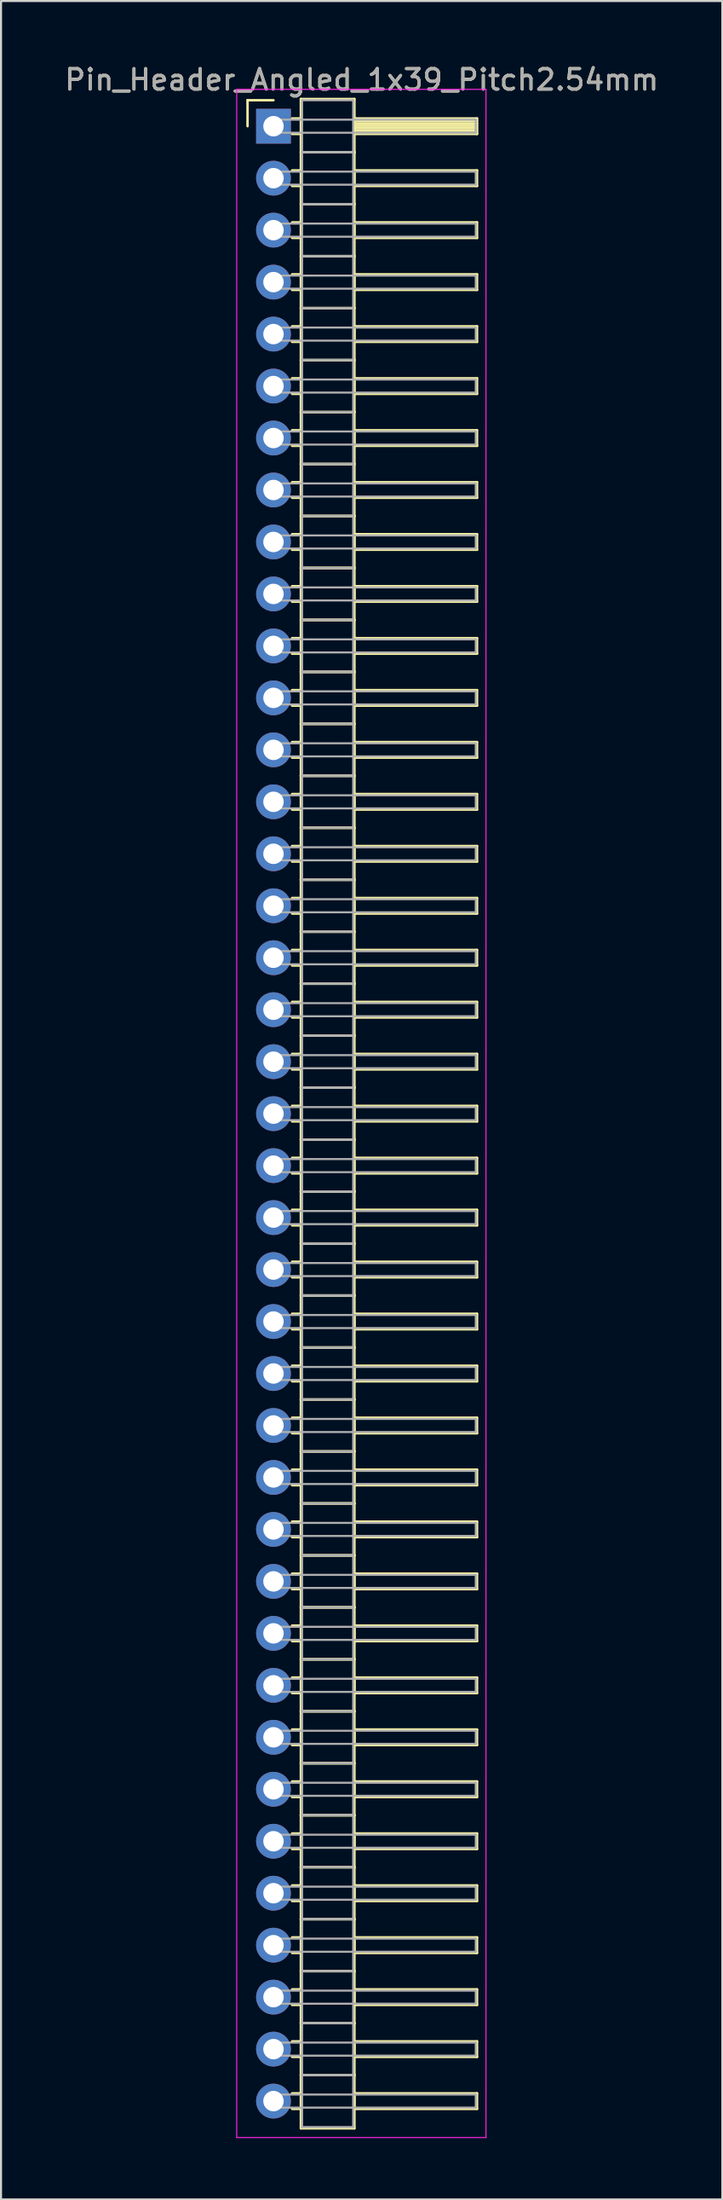
<source format=kicad_pcb>
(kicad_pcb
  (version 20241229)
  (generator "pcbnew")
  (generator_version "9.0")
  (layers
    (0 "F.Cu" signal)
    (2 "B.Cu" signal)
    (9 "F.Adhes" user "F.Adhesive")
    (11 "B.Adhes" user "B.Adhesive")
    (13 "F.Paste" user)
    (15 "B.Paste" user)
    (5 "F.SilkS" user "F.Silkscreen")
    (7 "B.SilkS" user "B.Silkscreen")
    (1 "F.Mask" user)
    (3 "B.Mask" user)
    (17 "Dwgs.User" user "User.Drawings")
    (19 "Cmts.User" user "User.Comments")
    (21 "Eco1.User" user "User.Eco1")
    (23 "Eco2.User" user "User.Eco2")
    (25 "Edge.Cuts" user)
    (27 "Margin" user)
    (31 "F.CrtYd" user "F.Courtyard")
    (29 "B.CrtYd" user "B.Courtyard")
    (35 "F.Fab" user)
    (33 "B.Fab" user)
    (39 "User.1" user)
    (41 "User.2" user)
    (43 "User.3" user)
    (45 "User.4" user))
  (footprint "Pin_Header_Angled_1x39_Pitch2.54mm"
    (layer "F.Cu")
    (at 10.334 3.118)
    (property "Reference" "Pin_Header_Angled_1x39_Pitch2.54mm" (at 4.315 -2.27 0) (layer "F.SilkS") (effects (font (size 1 1) (thickness 0.15))))
    (attr through_hole)
    (fp_line (start -1.27 -1.27) (end 0 -1.27) (stroke (width 0.12) (type solid)) (layer "F.SilkS"))
    (fp_line (start -1.27 0) (end -1.27 -1.27) (stroke (width 0.12) (type solid)) (layer "F.SilkS"))
    (fp_line (start 0.91 -0.38) (end 1.34 -0.38) (stroke (width 0.12) (type solid)) (layer "F.SilkS"))
    (fp_line (start 0.91 0.38) (end 1.34 0.38) (stroke (width 0.12) (type solid)) (layer "F.SilkS"))
    (fp_line (start 0.91 2.16) (end 1.34 2.16) (stroke (width 0.12) (type solid)) (layer "F.SilkS"))
    (fp_line (start 0.91 2.92) (end 1.34 2.92) (stroke (width 0.12) (type solid)) (layer "F.SilkS"))
    (fp_line (start 0.91 4.7) (end 1.34 4.7) (stroke (width 0.12) (type solid)) (layer "F.SilkS"))
    (fp_line (start 0.91 5.46) (end 1.34 5.46) (stroke (width 0.12) (type solid)) (layer "F.SilkS"))
    (fp_line (start 0.91 7.24) (end 1.34 7.24) (stroke (width 0.12) (type solid)) (layer "F.SilkS"))
    (fp_line (start 0.91 8) (end 1.34 8) (stroke (width 0.12) (type solid)) (layer "F.SilkS"))
    (fp_line (start 0.91 9.78) (end 1.34 9.78) (stroke (width 0.12) (type solid)) (layer "F.SilkS"))
    (fp_line (start 0.91 10.54) (end 1.34 10.54) (stroke (width 0.12) (type solid)) (layer "F.SilkS"))
    (fp_line (start 0.91 12.32) (end 1.34 12.32) (stroke (width 0.12) (type solid)) (layer "F.SilkS"))
    (fp_line (start 0.91 13.08) (end 1.34 13.08) (stroke (width 0.12) (type solid)) (layer "F.SilkS"))
    (fp_line (start 0.91 14.86) (end 1.34 14.86) (stroke (width 0.12) (type solid)) (layer "F.SilkS"))
    (fp_line (start 0.91 15.62) (end 1.34 15.62) (stroke (width 0.12) (type solid)) (layer "F.SilkS"))
    (fp_line (start 0.91 17.4) (end 1.34 17.4) (stroke (width 0.12) (type solid)) (layer "F.SilkS"))
    (fp_line (start 0.91 18.16) (end 1.34 18.16) (stroke (width 0.12) (type solid)) (layer "F.SilkS"))
    (fp_line (start 0.91 19.94) (end 1.34 19.94) (stroke (width 0.12) (type solid)) (layer "F.SilkS"))
    (fp_line (start 0.91 20.7) (end 1.34 20.7) (stroke (width 0.12) (type solid)) (layer "F.SilkS"))
    (fp_line (start 0.91 22.48) (end 1.34 22.48) (stroke (width 0.12) (type solid)) (layer "F.SilkS"))
    (fp_line (start 0.91 23.24) (end 1.34 23.24) (stroke (width 0.12) (type solid)) (layer "F.SilkS"))
    (fp_line (start 0.91 25.02) (end 1.34 25.02) (stroke (width 0.12) (type solid)) (layer "F.SilkS"))
    (fp_line (start 0.91 25.78) (end 1.34 25.78) (stroke (width 0.12) (type solid)) (layer "F.SilkS"))
    (fp_line (start 0.91 27.56) (end 1.34 27.56) (stroke (width 0.12) (type solid)) (layer "F.SilkS"))
    (fp_line (start 0.91 28.32) (end 1.34 28.32) (stroke (width 0.12) (type solid)) (layer "F.SilkS"))
    (fp_line (start 0.91 30.1) (end 1.34 30.1) (stroke (width 0.12) (type solid)) (layer "F.SilkS"))
    (fp_line (start 0.91 30.86) (end 1.34 30.86) (stroke (width 0.12) (type solid)) (layer "F.SilkS"))
    (fp_line (start 0.91 32.64) (end 1.34 32.64) (stroke (width 0.12) (type solid)) (layer "F.SilkS"))
    (fp_line (start 0.91 33.4) (end 1.34 33.4) (stroke (width 0.12) (type solid)) (layer "F.SilkS"))
    (fp_line (start 0.91 35.18) (end 1.34 35.18) (stroke (width 0.12) (type solid)) (layer "F.SilkS"))
    (fp_line (start 0.91 35.94) (end 1.34 35.94) (stroke (width 0.12) (type solid)) (layer "F.SilkS"))
    (fp_line (start 0.91 37.72) (end 1.34 37.72) (stroke (width 0.12) (type solid)) (layer "F.SilkS"))
    (fp_line (start 0.91 38.48) (end 1.34 38.48) (stroke (width 0.12) (type solid)) (layer "F.SilkS"))
    (fp_line (start 0.91 40.26) (end 1.34 40.26) (stroke (width 0.12) (type solid)) (layer "F.SilkS"))
    (fp_line (start 0.91 41.02) (end 1.34 41.02) (stroke (width 0.12) (type solid)) (layer "F.SilkS"))
    (fp_line (start 0.91 42.8) (end 1.34 42.8) (stroke (width 0.12) (type solid)) (layer "F.SilkS"))
    (fp_line (start 0.91 43.56) (end 1.34 43.56) (stroke (width 0.12) (type solid)) (layer "F.SilkS"))
    (fp_line (start 0.91 45.34) (end 1.34 45.34) (stroke (width 0.12) (type solid)) (layer "F.SilkS"))
    (fp_line (start 0.91 46.1) (end 1.34 46.1) (stroke (width 0.12) (type solid)) (layer "F.SilkS"))
    (fp_line (start 0.91 47.88) (end 1.34 47.88) (stroke (width 0.12) (type solid)) (layer "F.SilkS"))
    (fp_line (start 0.91 48.64) (end 1.34 48.64) (stroke (width 0.12) (type solid)) (layer "F.SilkS"))
    (fp_line (start 0.91 50.42) (end 1.34 50.42) (stroke (width 0.12) (type solid)) (layer "F.SilkS"))
    (fp_line (start 0.91 51.18) (end 1.34 51.18) (stroke (width 0.12) (type solid)) (layer "F.SilkS"))
    (fp_line (start 0.91 52.96) (end 1.34 52.96) (stroke (width 0.12) (type solid)) (layer "F.SilkS"))
    (fp_line (start 0.91 53.72) (end 1.34 53.72) (stroke (width 0.12) (type solid)) (layer "F.SilkS"))
    (fp_line (start 0.91 55.5) (end 1.34 55.5) (stroke (width 0.12) (type solid)) (layer "F.SilkS"))
    (fp_line (start 0.91 56.26) (end 1.34 56.26) (stroke (width 0.12) (type solid)) (layer "F.SilkS"))
    (fp_line (start 0.91 58.04) (end 1.34 58.04) (stroke (width 0.12) (type solid)) (layer "F.SilkS"))
    (fp_line (start 0.91 58.8) (end 1.34 58.8) (stroke (width 0.12) (type solid)) (layer "F.SilkS"))
    (fp_line (start 0.91 60.58) (end 1.34 60.58) (stroke (width 0.12) (type solid)) (layer "F.SilkS"))
    (fp_line (start 0.91 61.34) (end 1.34 61.34) (stroke (width 0.12) (type solid)) (layer "F.SilkS"))
    (fp_line (start 0.91 63.12) (end 1.34 63.12) (stroke (width 0.12) (type solid)) (layer "F.SilkS"))
    (fp_line (start 0.91 63.88) (end 1.34 63.88) (stroke (width 0.12) (type solid)) (layer "F.SilkS"))
    (fp_line (start 0.91 65.66) (end 1.34 65.66) (stroke (width 0.12) (type solid)) (layer "F.SilkS"))
    (fp_line (start 0.91 66.42) (end 1.34 66.42) (stroke (width 0.12) (type solid)) (layer "F.SilkS"))
    (fp_line (start 0.91 68.2) (end 1.34 68.2) (stroke (width 0.12) (type solid)) (layer "F.SilkS"))
    (fp_line (start 0.91 68.96) (end 1.34 68.96) (stroke (width 0.12) (type solid)) (layer "F.SilkS"))
    (fp_line (start 0.91 70.74) (end 1.34 70.74) (stroke (width 0.12) (type solid)) (layer "F.SilkS"))
    (fp_line (start 0.91 71.5) (end 1.34 71.5) (stroke (width 0.12) (type solid)) (layer "F.SilkS"))
    (fp_line (start 0.91 73.28) (end 1.34 73.28) (stroke (width 0.12) (type solid)) (layer "F.SilkS"))
    (fp_line (start 0.91 74.04) (end 1.34 74.04) (stroke (width 0.12) (type solid)) (layer "F.SilkS"))
    (fp_line (start 0.91 75.82) (end 1.34 75.82) (stroke (width 0.12) (type solid)) (layer "F.SilkS"))
    (fp_line (start 0.91 76.58) (end 1.34 76.58) (stroke (width 0.12) (type solid)) (layer "F.SilkS"))
    (fp_line (start 0.91 78.36) (end 1.34 78.36) (stroke (width 0.12) (type solid)) (layer "F.SilkS"))
    (fp_line (start 0.91 79.12) (end 1.34 79.12) (stroke (width 0.12) (type solid)) (layer "F.SilkS"))
    (fp_line (start 0.91 80.9) (end 1.34 80.9) (stroke (width 0.12) (type solid)) (layer "F.SilkS"))
    (fp_line (start 0.91 81.66) (end 1.34 81.66) (stroke (width 0.12) (type solid)) (layer "F.SilkS"))
    (fp_line (start 0.91 83.44) (end 1.34 83.44) (stroke (width 0.12) (type solid)) (layer "F.SilkS"))
    (fp_line (start 0.91 84.2) (end 1.34 84.2) (stroke (width 0.12) (type solid)) (layer "F.SilkS"))
    (fp_line (start 0.91 85.98) (end 1.34 85.98) (stroke (width 0.12) (type solid)) (layer "F.SilkS"))
    (fp_line (start 0.91 86.74) (end 1.34 86.74) (stroke (width 0.12) (type solid)) (layer "F.SilkS"))
    (fp_line (start 0.91 88.52) (end 1.34 88.52) (stroke (width 0.12) (type solid)) (layer "F.SilkS"))
    (fp_line (start 0.91 89.28) (end 1.34 89.28) (stroke (width 0.12) (type solid)) (layer "F.SilkS"))
    (fp_line (start 0.91 91.06) (end 1.34 91.06) (stroke (width 0.12) (type solid)) (layer "F.SilkS"))
    (fp_line (start 0.91 91.82) (end 1.34 91.82) (stroke (width 0.12) (type solid)) (layer "F.SilkS"))
    (fp_line (start 0.91 93.6) (end 1.34 93.6) (stroke (width 0.12) (type solid)) (layer "F.SilkS"))
    (fp_line (start 0.91 94.36) (end 1.34 94.36) (stroke (width 0.12) (type solid)) (layer "F.SilkS"))
    (fp_line (start 0.91 96.14) (end 1.34 96.14) (stroke (width 0.12) (type solid)) (layer "F.SilkS"))
    (fp_line (start 0.91 96.9) (end 1.34 96.9) (stroke (width 0.12) (type solid)) (layer "F.SilkS"))
    (fp_line (start 1.34 -1.33) (end 1.34 1.27) (stroke (width 0.12) (type solid)) (layer "F.SilkS"))
    (fp_line (start 1.34 1.27) (end 1.34 3.81) (stroke (width 0.12) (type solid)) (layer "F.SilkS"))
    (fp_line (start 1.34 1.27) (end 3.96 1.27) (stroke (width 0.12) (type solid)) (layer "F.SilkS"))
    (fp_line (start 1.34 3.81) (end 1.34 6.35) (stroke (width 0.12) (type solid)) (layer "F.SilkS"))
    (fp_line (start 1.34 3.81) (end 3.96 3.81) (stroke (width 0.12) (type solid)) (layer "F.SilkS"))
    (fp_line (start 1.34 6.35) (end 1.34 8.89) (stroke (width 0.12) (type solid)) (layer "F.SilkS"))
    (fp_line (start 1.34 6.35) (end 3.96 6.35) (stroke (width 0.12) (type solid)) (layer "F.SilkS"))
    (fp_line (start 1.34 8.89) (end 1.34 11.43) (stroke (width 0.12) (type solid)) (layer "F.SilkS"))
    (fp_line (start 1.34 8.89) (end 3.96 8.89) (stroke (width 0.12) (type solid)) (layer "F.SilkS"))
    (fp_line (start 1.34 11.43) (end 1.34 13.97) (stroke (width 0.12) (type solid)) (layer "F.SilkS"))
    (fp_line (start 1.34 11.43) (end 3.96 11.43) (stroke (width 0.12) (type solid)) (layer "F.SilkS"))
    (fp_line (start 1.34 13.97) (end 1.34 16.51) (stroke (width 0.12) (type solid)) (layer "F.SilkS"))
    (fp_line (start 1.34 13.97) (end 3.96 13.97) (stroke (width 0.12) (type solid)) (layer "F.SilkS"))
    (fp_line (start 1.34 16.51) (end 1.34 19.05) (stroke (width 0.12) (type solid)) (layer "F.SilkS"))
    (fp_line (start 1.34 16.51) (end 3.96 16.51) (stroke (width 0.12) (type solid)) (layer "F.SilkS"))
    (fp_line (start 1.34 19.05) (end 1.34 21.59) (stroke (width 0.12) (type solid)) (layer "F.SilkS"))
    (fp_line (start 1.34 19.05) (end 3.96 19.05) (stroke (width 0.12) (type solid)) (layer "F.SilkS"))
    (fp_line (start 1.34 21.59) (end 1.34 24.13) (stroke (width 0.12) (type solid)) (layer "F.SilkS"))
    (fp_line (start 1.34 21.59) (end 3.96 21.59) (stroke (width 0.12) (type solid)) (layer "F.SilkS"))
    (fp_line (start 1.34 24.13) (end 1.34 26.67) (stroke (width 0.12) (type solid)) (layer "F.SilkS"))
    (fp_line (start 1.34 24.13) (end 3.96 24.13) (stroke (width 0.12) (type solid)) (layer "F.SilkS"))
    (fp_line (start 1.34 26.67) (end 1.34 29.21) (stroke (width 0.12) (type solid)) (layer "F.SilkS"))
    (fp_line (start 1.34 26.67) (end 3.96 26.67) (stroke (width 0.12) (type solid)) (layer "F.SilkS"))
    (fp_line (start 1.34 29.21) (end 1.34 31.75) (stroke (width 0.12) (type solid)) (layer "F.SilkS"))
    (fp_line (start 1.34 29.21) (end 3.96 29.21) (stroke (width 0.12) (type solid)) (layer "F.SilkS"))
    (fp_line (start 1.34 31.75) (end 1.34 34.29) (stroke (width 0.12) (type solid)) (layer "F.SilkS"))
    (fp_line (start 1.34 31.75) (end 3.96 31.75) (stroke (width 0.12) (type solid)) (layer "F.SilkS"))
    (fp_line (start 1.34 34.29) (end 1.34 36.83) (stroke (width 0.12) (type solid)) (layer "F.SilkS"))
    (fp_line (start 1.34 34.29) (end 3.96 34.29) (stroke (width 0.12) (type solid)) (layer "F.SilkS"))
    (fp_line (start 1.34 36.83) (end 1.34 39.37) (stroke (width 0.12) (type solid)) (layer "F.SilkS"))
    (fp_line (start 1.34 36.83) (end 3.96 36.83) (stroke (width 0.12) (type solid)) (layer "F.SilkS"))
    (fp_line (start 1.34 39.37) (end 1.34 41.91) (stroke (width 0.12) (type solid)) (layer "F.SilkS"))
    (fp_line (start 1.34 39.37) (end 3.96 39.37) (stroke (width 0.12) (type solid)) (layer "F.SilkS"))
    (fp_line (start 1.34 41.91) (end 1.34 44.45) (stroke (width 0.12) (type solid)) (layer "F.SilkS"))
    (fp_line (start 1.34 41.91) (end 3.96 41.91) (stroke (width 0.12) (type solid)) (layer "F.SilkS"))
    (fp_line (start 1.34 44.45) (end 1.34 46.99) (stroke (width 0.12) (type solid)) (layer "F.SilkS"))
    (fp_line (start 1.34 44.45) (end 3.96 44.45) (stroke (width 0.12) (type solid)) (layer "F.SilkS"))
    (fp_line (start 1.34 46.99) (end 1.34 49.53) (stroke (width 0.12) (type solid)) (layer "F.SilkS"))
    (fp_line (start 1.34 46.99) (end 3.96 46.99) (stroke (width 0.12) (type solid)) (layer "F.SilkS"))
    (fp_line (start 1.34 49.53) (end 1.34 52.07) (stroke (width 0.12) (type solid)) (layer "F.SilkS"))
    (fp_line (start 1.34 49.53) (end 3.96 49.53) (stroke (width 0.12) (type solid)) (layer "F.SilkS"))
    (fp_line (start 1.34 52.07) (end 1.34 54.61) (stroke (width 0.12) (type solid)) (layer "F.SilkS"))
    (fp_line (start 1.34 52.07) (end 3.96 52.07) (stroke (width 0.12) (type solid)) (layer "F.SilkS"))
    (fp_line (start 1.34 54.61) (end 1.34 57.15) (stroke (width 0.12) (type solid)) (layer "F.SilkS"))
    (fp_line (start 1.34 54.61) (end 3.96 54.61) (stroke (width 0.12) (type solid)) (layer "F.SilkS"))
    (fp_line (start 1.34 57.15) (end 1.34 59.69) (stroke (width 0.12) (type solid)) (layer "F.SilkS"))
    (fp_line (start 1.34 57.15) (end 3.96 57.15) (stroke (width 0.12) (type solid)) (layer "F.SilkS"))
    (fp_line (start 1.34 59.69) (end 1.34 62.23) (stroke (width 0.12) (type solid)) (layer "F.SilkS"))
    (fp_line (start 1.34 59.69) (end 3.96 59.69) (stroke (width 0.12) (type solid)) (layer "F.SilkS"))
    (fp_line (start 1.34 62.23) (end 1.34 64.77) (stroke (width 0.12) (type solid)) (layer "F.SilkS"))
    (fp_line (start 1.34 62.23) (end 3.96 62.23) (stroke (width 0.12) (type solid)) (layer "F.SilkS"))
    (fp_line (start 1.34 64.77) (end 1.34 67.31) (stroke (width 0.12) (type solid)) (layer "F.SilkS"))
    (fp_line (start 1.34 64.77) (end 3.96 64.77) (stroke (width 0.12) (type solid)) (layer "F.SilkS"))
    (fp_line (start 1.34 67.31) (end 1.34 69.85) (stroke (width 0.12) (type solid)) (layer "F.SilkS"))
    (fp_line (start 1.34 67.31) (end 3.96 67.31) (stroke (width 0.12) (type solid)) (layer "F.SilkS"))
    (fp_line (start 1.34 69.85) (end 1.34 72.39) (stroke (width 0.12) (type solid)) (layer "F.SilkS"))
    (fp_line (start 1.34 69.85) (end 3.96 69.85) (stroke (width 0.12) (type solid)) (layer "F.SilkS"))
    (fp_line (start 1.34 72.39) (end 1.34 74.93) (stroke (width 0.12) (type solid)) (layer "F.SilkS"))
    (fp_line (start 1.34 72.39) (end 3.96 72.39) (stroke (width 0.12) (type solid)) (layer "F.SilkS"))
    (fp_line (start 1.34 74.93) (end 1.34 77.47) (stroke (width 0.12) (type solid)) (layer "F.SilkS"))
    (fp_line (start 1.34 74.93) (end 3.96 74.93) (stroke (width 0.12) (type solid)) (layer "F.SilkS"))
    (fp_line (start 1.34 77.47) (end 1.34 80.01) (stroke (width 0.12) (type solid)) (layer "F.SilkS"))
    (fp_line (start 1.34 77.47) (end 3.96 77.47) (stroke (width 0.12) (type solid)) (layer "F.SilkS"))
    (fp_line (start 1.34 80.01) (end 1.34 82.55) (stroke (width 0.12) (type solid)) (layer "F.SilkS"))
    (fp_line (start 1.34 80.01) (end 3.96 80.01) (stroke (width 0.12) (type solid)) (layer "F.SilkS"))
    (fp_line (start 1.34 82.55) (end 1.34 85.09) (stroke (width 0.12) (type solid)) (layer "F.SilkS"))
    (fp_line (start 1.34 82.55) (end 3.96 82.55) (stroke (width 0.12) (type solid)) (layer "F.SilkS"))
    (fp_line (start 1.34 85.09) (end 1.34 87.63) (stroke (width 0.12) (type solid)) (layer "F.SilkS"))
    (fp_line (start 1.34 85.09) (end 3.96 85.09) (stroke (width 0.12) (type solid)) (layer "F.SilkS"))
    (fp_line (start 1.34 87.63) (end 1.34 90.17) (stroke (width 0.12) (type solid)) (layer "F.SilkS"))
    (fp_line (start 1.34 87.63) (end 3.96 87.63) (stroke (width 0.12) (type solid)) (layer "F.SilkS"))
    (fp_line (start 1.34 90.17) (end 1.34 92.71) (stroke (width 0.12) (type solid)) (layer "F.SilkS"))
    (fp_line (start 1.34 90.17) (end 3.96 90.17) (stroke (width 0.12) (type solid)) (layer "F.SilkS"))
    (fp_line (start 1.34 92.71) (end 1.34 95.25) (stroke (width 0.12) (type solid)) (layer "F.SilkS"))
    (fp_line (start 1.34 92.71) (end 3.96 92.71) (stroke (width 0.12) (type solid)) (layer "F.SilkS"))
    (fp_line (start 1.34 95.25) (end 1.34 97.85) (stroke (width 0.12) (type solid)) (layer "F.SilkS"))
    (fp_line (start 1.34 95.25) (end 3.96 95.25) (stroke (width 0.12) (type solid)) (layer "F.SilkS"))
    (fp_line (start 1.34 97.85) (end 3.96 97.85) (stroke (width 0.12) (type solid)) (layer "F.SilkS"))
    (fp_line (start 3.96 -1.33) (end 1.34 -1.33) (stroke (width 0.12) (type solid)) (layer "F.SilkS"))
    (fp_line (start 3.96 -0.38) (end 3.96 0.38) (stroke (width 0.12) (type solid)) (layer "F.SilkS"))
    (fp_line (start 3.96 -0.26) (end 9.96 -0.26) (stroke (width 0.12) (type solid)) (layer "F.SilkS"))
    (fp_line (start 3.96 -0.14) (end 9.96 -0.14) (stroke (width 0.12) (type solid)) (layer "F.SilkS"))
    (fp_line (start 3.96 -0.02) (end 9.96 -0.02) (stroke (width 0.12) (type solid)) (layer "F.SilkS"))
    (fp_line (start 3.96 0.1) (end 9.96 0.1) (stroke (width 0.12) (type solid)) (layer "F.SilkS"))
    (fp_line (start 3.96 0.22) (end 9.96 0.22) (stroke (width 0.12) (type solid)) (layer "F.SilkS"))
    (fp_line (start 3.96 0.34) (end 9.96 0.34) (stroke (width 0.12) (type solid)) (layer "F.SilkS"))
    (fp_line (start 3.96 0.38) (end 9.96 0.38) (stroke (width 0.12) (type solid)) (layer "F.SilkS"))
    (fp_line (start 3.96 1.27) (end 1.34 1.27) (stroke (width 0.12) (type solid)) (layer "F.SilkS"))
    (fp_line (start 3.96 1.27) (end 3.96 -1.33) (stroke (width 0.12) (type solid)) (layer "F.SilkS"))
    (fp_line (start 3.96 2.16) (end 3.96 2.92) (stroke (width 0.12) (type solid)) (layer "F.SilkS"))
    (fp_line (start 3.96 2.92) (end 9.96 2.92) (stroke (width 0.12) (type solid)) (layer "F.SilkS"))
    (fp_line (start 3.96 3.81) (end 1.34 3.81) (stroke (width 0.12) (type solid)) (layer "F.SilkS"))
    (fp_line (start 3.96 3.81) (end 3.96 1.27) (stroke (width 0.12) (type solid)) (layer "F.SilkS"))
    (fp_line (start 3.96 4.7) (end 3.96 5.46) (stroke (width 0.12) (type solid)) (layer "F.SilkS"))
    (fp_line (start 3.96 5.46) (end 9.96 5.46) (stroke (width 0.12) (type solid)) (layer "F.SilkS"))
    (fp_line (start 3.96 6.35) (end 1.34 6.35) (stroke (width 0.12) (type solid)) (layer "F.SilkS"))
    (fp_line (start 3.96 6.35) (end 3.96 3.81) (stroke (width 0.12) (type solid)) (layer "F.SilkS"))
    (fp_line (start 3.96 7.24) (end 3.96 8) (stroke (width 0.12) (type solid)) (layer "F.SilkS"))
    (fp_line (start 3.96 8) (end 9.96 8) (stroke (width 0.12) (type solid)) (layer "F.SilkS"))
    (fp_line (start 3.96 8.89) (end 1.34 8.89) (stroke (width 0.12) (type solid)) (layer "F.SilkS"))
    (fp_line (start 3.96 8.89) (end 3.96 6.35) (stroke (width 0.12) (type solid)) (layer "F.SilkS"))
    (fp_line (start 3.96 9.78) (end 3.96 10.54) (stroke (width 0.12) (type solid)) (layer "F.SilkS"))
    (fp_line (start 3.96 10.54) (end 9.96 10.54) (stroke (width 0.12) (type solid)) (layer "F.SilkS"))
    (fp_line (start 3.96 11.43) (end 1.34 11.43) (stroke (width 0.12) (type solid)) (layer "F.SilkS"))
    (fp_line (start 3.96 11.43) (end 3.96 8.89) (stroke (width 0.12) (type solid)) (layer "F.SilkS"))
    (fp_line (start 3.96 12.32) (end 3.96 13.08) (stroke (width 0.12) (type solid)) (layer "F.SilkS"))
    (fp_line (start 3.96 13.08) (end 9.96 13.08) (stroke (width 0.12) (type solid)) (layer "F.SilkS"))
    (fp_line (start 3.96 13.97) (end 1.34 13.97) (stroke (width 0.12) (type solid)) (layer "F.SilkS"))
    (fp_line (start 3.96 13.97) (end 3.96 11.43) (stroke (width 0.12) (type solid)) (layer "F.SilkS"))
    (fp_line (start 3.96 14.86) (end 3.96 15.62) (stroke (width 0.12) (type solid)) (layer "F.SilkS"))
    (fp_line (start 3.96 15.62) (end 9.96 15.62) (stroke (width 0.12) (type solid)) (layer "F.SilkS"))
    (fp_line (start 3.96 16.51) (end 1.34 16.51) (stroke (width 0.12) (type solid)) (layer "F.SilkS"))
    (fp_line (start 3.96 16.51) (end 3.96 13.97) (stroke (width 0.12) (type solid)) (layer "F.SilkS"))
    (fp_line (start 3.96 17.4) (end 3.96 18.16) (stroke (width 0.12) (type solid)) (layer "F.SilkS"))
    (fp_line (start 3.96 18.16) (end 9.96 18.16) (stroke (width 0.12) (type solid)) (layer "F.SilkS"))
    (fp_line (start 3.96 19.05) (end 1.34 19.05) (stroke (width 0.12) (type solid)) (layer "F.SilkS"))
    (fp_line (start 3.96 19.05) (end 3.96 16.51) (stroke (width 0.12) (type solid)) (layer "F.SilkS"))
    (fp_line (start 3.96 19.94) (end 3.96 20.7) (stroke (width 0.12) (type solid)) (layer "F.SilkS"))
    (fp_line (start 3.96 20.7) (end 9.96 20.7) (stroke (width 0.12) (type solid)) (layer "F.SilkS"))
    (fp_line (start 3.96 21.59) (end 1.34 21.59) (stroke (width 0.12) (type solid)) (layer "F.SilkS"))
    (fp_line (start 3.96 21.59) (end 3.96 19.05) (stroke (width 0.12) (type solid)) (layer "F.SilkS"))
    (fp_line (start 3.96 22.48) (end 3.96 23.24) (stroke (width 0.12) (type solid)) (layer "F.SilkS"))
    (fp_line (start 3.96 23.24) (end 9.96 23.24) (stroke (width 0.12) (type solid)) (layer "F.SilkS"))
    (fp_line (start 3.96 24.13) (end 1.34 24.13) (stroke (width 0.12) (type solid)) (layer "F.SilkS"))
    (fp_line (start 3.96 24.13) (end 3.96 21.59) (stroke (width 0.12) (type solid)) (layer "F.SilkS"))
    (fp_line (start 3.96 25.02) (end 3.96 25.78) (stroke (width 0.12) (type solid)) (layer "F.SilkS"))
    (fp_line (start 3.96 25.78) (end 9.96 25.78) (stroke (width 0.12) (type solid)) (layer "F.SilkS"))
    (fp_line (start 3.96 26.67) (end 1.34 26.67) (stroke (width 0.12) (type solid)) (layer "F.SilkS"))
    (fp_line (start 3.96 26.67) (end 3.96 24.13) (stroke (width 0.12) (type solid)) (layer "F.SilkS"))
    (fp_line (start 3.96 27.56) (end 3.96 28.32) (stroke (width 0.12) (type solid)) (layer "F.SilkS"))
    (fp_line (start 3.96 28.32) (end 9.96 28.32) (stroke (width 0.12) (type solid)) (layer "F.SilkS"))
    (fp_line (start 3.96 29.21) (end 1.34 29.21) (stroke (width 0.12) (type solid)) (layer "F.SilkS"))
    (fp_line (start 3.96 29.21) (end 3.96 26.67) (stroke (width 0.12) (type solid)) (layer "F.SilkS"))
    (fp_line (start 3.96 30.1) (end 3.96 30.86) (stroke (width 0.12) (type solid)) (layer "F.SilkS"))
    (fp_line (start 3.96 30.86) (end 9.96 30.86) (stroke (width 0.12) (type solid)) (layer "F.SilkS"))
    (fp_line (start 3.96 31.75) (end 1.34 31.75) (stroke (width 0.12) (type solid)) (layer "F.SilkS"))
    (fp_line (start 3.96 31.75) (end 3.96 29.21) (stroke (width 0.12) (type solid)) (layer "F.SilkS"))
    (fp_line (start 3.96 32.64) (end 3.96 33.4) (stroke (width 0.12) (type solid)) (layer "F.SilkS"))
    (fp_line (start 3.96 33.4) (end 9.96 33.4) (stroke (width 0.12) (type solid)) (layer "F.SilkS"))
    (fp_line (start 3.96 34.29) (end 1.34 34.29) (stroke (width 0.12) (type solid)) (layer "F.SilkS"))
    (fp_line (start 3.96 34.29) (end 3.96 31.75) (stroke (width 0.12) (type solid)) (layer "F.SilkS"))
    (fp_line (start 3.96 35.18) (end 3.96 35.94) (stroke (width 0.12) (type solid)) (layer "F.SilkS"))
    (fp_line (start 3.96 35.94) (end 9.96 35.94) (stroke (width 0.12) (type solid)) (layer "F.SilkS"))
    (fp_line (start 3.96 36.83) (end 1.34 36.83) (stroke (width 0.12) (type solid)) (layer "F.SilkS"))
    (fp_line (start 3.96 36.83) (end 3.96 34.29) (stroke (width 0.12) (type solid)) (layer "F.SilkS"))
    (fp_line (start 3.96 37.72) (end 3.96 38.48) (stroke (width 0.12) (type solid)) (layer "F.SilkS"))
    (fp_line (start 3.96 38.48) (end 9.96 38.48) (stroke (width 0.12) (type solid)) (layer "F.SilkS"))
    (fp_line (start 3.96 39.37) (end 1.34 39.37) (stroke (width 0.12) (type solid)) (layer "F.SilkS"))
    (fp_line (start 3.96 39.37) (end 3.96 36.83) (stroke (width 0.12) (type solid)) (layer "F.SilkS"))
    (fp_line (start 3.96 40.26) (end 3.96 41.02) (stroke (width 0.12) (type solid)) (layer "F.SilkS"))
    (fp_line (start 3.96 41.02) (end 9.96 41.02) (stroke (width 0.12) (type solid)) (layer "F.SilkS"))
    (fp_line (start 3.96 41.91) (end 1.34 41.91) (stroke (width 0.12) (type solid)) (layer "F.SilkS"))
    (fp_line (start 3.96 41.91) (end 3.96 39.37) (stroke (width 0.12) (type solid)) (layer "F.SilkS"))
    (fp_line (start 3.96 42.8) (end 3.96 43.56) (stroke (width 0.12) (type solid)) (layer "F.SilkS"))
    (fp_line (start 3.96 43.56) (end 9.96 43.56) (stroke (width 0.12) (type solid)) (layer "F.SilkS"))
    (fp_line (start 3.96 44.45) (end 1.34 44.45) (stroke (width 0.12) (type solid)) (layer "F.SilkS"))
    (fp_line (start 3.96 44.45) (end 3.96 41.91) (stroke (width 0.12) (type solid)) (layer "F.SilkS"))
    (fp_line (start 3.96 45.34) (end 3.96 46.1) (stroke (width 0.12) (type solid)) (layer "F.SilkS"))
    (fp_line (start 3.96 46.1) (end 9.96 46.1) (stroke (width 0.12) (type solid)) (layer "F.SilkS"))
    (fp_line (start 3.96 46.99) (end 1.34 46.99) (stroke (width 0.12) (type solid)) (layer "F.SilkS"))
    (fp_line (start 3.96 46.99) (end 3.96 44.45) (stroke (width 0.12) (type solid)) (layer "F.SilkS"))
    (fp_line (start 3.96 47.88) (end 3.96 48.64) (stroke (width 0.12) (type solid)) (layer "F.SilkS"))
    (fp_line (start 3.96 48.64) (end 9.96 48.64) (stroke (width 0.12) (type solid)) (layer "F.SilkS"))
    (fp_line (start 3.96 49.53) (end 1.34 49.53) (stroke (width 0.12) (type solid)) (layer "F.SilkS"))
    (fp_line (start 3.96 49.53) (end 3.96 46.99) (stroke (width 0.12) (type solid)) (layer "F.SilkS"))
    (fp_line (start 3.96 50.42) (end 3.96 51.18) (stroke (width 0.12) (type solid)) (layer "F.SilkS"))
    (fp_line (start 3.96 51.18) (end 9.96 51.18) (stroke (width 0.12) (type solid)) (layer "F.SilkS"))
    (fp_line (start 3.96 52.07) (end 1.34 52.07) (stroke (width 0.12) (type solid)) (layer "F.SilkS"))
    (fp_line (start 3.96 52.07) (end 3.96 49.53) (stroke (width 0.12) (type solid)) (layer "F.SilkS"))
    (fp_line (start 3.96 52.96) (end 3.96 53.72) (stroke (width 0.12) (type solid)) (layer "F.SilkS"))
    (fp_line (start 3.96 53.72) (end 9.96 53.72) (stroke (width 0.12) (type solid)) (layer "F.SilkS"))
    (fp_line (start 3.96 54.61) (end 1.34 54.61) (stroke (width 0.12) (type solid)) (layer "F.SilkS"))
    (fp_line (start 3.96 54.61) (end 3.96 52.07) (stroke (width 0.12) (type solid)) (layer "F.SilkS"))
    (fp_line (start 3.96 55.5) (end 3.96 56.26) (stroke (width 0.12) (type solid)) (layer "F.SilkS"))
    (fp_line (start 3.96 56.26) (end 9.96 56.26) (stroke (width 0.12) (type solid)) (layer "F.SilkS"))
    (fp_line (start 3.96 57.15) (end 1.34 57.15) (stroke (width 0.12) (type solid)) (layer "F.SilkS"))
    (fp_line (start 3.96 57.15) (end 3.96 54.61) (stroke (width 0.12) (type solid)) (layer "F.SilkS"))
    (fp_line (start 3.96 58.04) (end 3.96 58.8) (stroke (width 0.12) (type solid)) (layer "F.SilkS"))
    (fp_line (start 3.96 58.8) (end 9.96 58.8) (stroke (width 0.12) (type solid)) (layer "F.SilkS"))
    (fp_line (start 3.96 59.69) (end 1.34 59.69) (stroke (width 0.12) (type solid)) (layer "F.SilkS"))
    (fp_line (start 3.96 59.69) (end 3.96 57.15) (stroke (width 0.12) (type solid)) (layer "F.SilkS"))
    (fp_line (start 3.96 60.58) (end 3.96 61.34) (stroke (width 0.12) (type solid)) (layer "F.SilkS"))
    (fp_line (start 3.96 61.34) (end 9.96 61.34) (stroke (width 0.12) (type solid)) (layer "F.SilkS"))
    (fp_line (start 3.96 62.23) (end 1.34 62.23) (stroke (width 0.12) (type solid)) (layer "F.SilkS"))
    (fp_line (start 3.96 62.23) (end 3.96 59.69) (stroke (width 0.12) (type solid)) (layer "F.SilkS"))
    (fp_line (start 3.96 63.12) (end 3.96 63.88) (stroke (width 0.12) (type solid)) (layer "F.SilkS"))
    (fp_line (start 3.96 63.88) (end 9.96 63.88) (stroke (width 0.12) (type solid)) (layer "F.SilkS"))
    (fp_line (start 3.96 64.77) (end 1.34 64.77) (stroke (width 0.12) (type solid)) (layer "F.SilkS"))
    (fp_line (start 3.96 64.77) (end 3.96 62.23) (stroke (width 0.12) (type solid)) (layer "F.SilkS"))
    (fp_line (start 3.96 65.66) (end 3.96 66.42) (stroke (width 0.12) (type solid)) (layer "F.SilkS"))
    (fp_line (start 3.96 66.42) (end 9.96 66.42) (stroke (width 0.12) (type solid)) (layer "F.SilkS"))
    (fp_line (start 3.96 67.31) (end 1.34 67.31) (stroke (width 0.12) (type solid)) (layer "F.SilkS"))
    (fp_line (start 3.96 67.31) (end 3.96 64.77) (stroke (width 0.12) (type solid)) (layer "F.SilkS"))
    (fp_line (start 3.96 68.2) (end 3.96 68.96) (stroke (width 0.12) (type solid)) (layer "F.SilkS"))
    (fp_line (start 3.96 68.96) (end 9.96 68.96) (stroke (width 0.12) (type solid)) (layer "F.SilkS"))
    (fp_line (start 3.96 69.85) (end 1.34 69.85) (stroke (width 0.12) (type solid)) (layer "F.SilkS"))
    (fp_line (start 3.96 69.85) (end 3.96 67.31) (stroke (width 0.12) (type solid)) (layer "F.SilkS"))
    (fp_line (start 3.96 70.74) (end 3.96 71.5) (stroke (width 0.12) (type solid)) (layer "F.SilkS"))
    (fp_line (start 3.96 71.5) (end 9.96 71.5) (stroke (width 0.12) (type solid)) (layer "F.SilkS"))
    (fp_line (start 3.96 72.39) (end 1.34 72.39) (stroke (width 0.12) (type solid)) (layer "F.SilkS"))
    (fp_line (start 3.96 72.39) (end 3.96 69.85) (stroke (width 0.12) (type solid)) (layer "F.SilkS"))
    (fp_line (start 3.96 73.28) (end 3.96 74.04) (stroke (width 0.12) (type solid)) (layer "F.SilkS"))
    (fp_line (start 3.96 74.04) (end 9.96 74.04) (stroke (width 0.12) (type solid)) (layer "F.SilkS"))
    (fp_line (start 3.96 74.93) (end 1.34 74.93) (stroke (width 0.12) (type solid)) (layer "F.SilkS"))
    (fp_line (start 3.96 74.93) (end 3.96 72.39) (stroke (width 0.12) (type solid)) (layer "F.SilkS"))
    (fp_line (start 3.96 75.82) (end 3.96 76.58) (stroke (width 0.12) (type solid)) (layer "F.SilkS"))
    (fp_line (start 3.96 76.58) (end 9.96 76.58) (stroke (width 0.12) (type solid)) (layer "F.SilkS"))
    (fp_line (start 3.96 77.47) (end 1.34 77.47) (stroke (width 0.12) (type solid)) (layer "F.SilkS"))
    (fp_line (start 3.96 77.47) (end 3.96 74.93) (stroke (width 0.12) (type solid)) (layer "F.SilkS"))
    (fp_line (start 3.96 78.36) (end 3.96 79.12) (stroke (width 0.12) (type solid)) (layer "F.SilkS"))
    (fp_line (start 3.96 79.12) (end 9.96 79.12) (stroke (width 0.12) (type solid)) (layer "F.SilkS"))
    (fp_line (start 3.96 80.01) (end 1.34 80.01) (stroke (width 0.12) (type solid)) (layer "F.SilkS"))
    (fp_line (start 3.96 80.01) (end 3.96 77.47) (stroke (width 0.12) (type solid)) (layer "F.SilkS"))
    (fp_line (start 3.96 80.9) (end 3.96 81.66) (stroke (width 0.12) (type solid)) (layer "F.SilkS"))
    (fp_line (start 3.96 81.66) (end 9.96 81.66) (stroke (width 0.12) (type solid)) (layer "F.SilkS"))
    (fp_line (start 3.96 82.55) (end 1.34 82.55) (stroke (width 0.12) (type solid)) (layer "F.SilkS"))
    (fp_line (start 3.96 82.55) (end 3.96 80.01) (stroke (width 0.12) (type solid)) (layer "F.SilkS"))
    (fp_line (start 3.96 83.44) (end 3.96 84.2) (stroke (width 0.12) (type solid)) (layer "F.SilkS"))
    (fp_line (start 3.96 84.2) (end 9.96 84.2) (stroke (width 0.12) (type solid)) (layer "F.SilkS"))
    (fp_line (start 3.96 85.09) (end 1.34 85.09) (stroke (width 0.12) (type solid)) (layer "F.SilkS"))
    (fp_line (start 3.96 85.09) (end 3.96 82.55) (stroke (width 0.12) (type solid)) (layer "F.SilkS"))
    (fp_line (start 3.96 85.98) (end 3.96 86.74) (stroke (width 0.12) (type solid)) (layer "F.SilkS"))
    (fp_line (start 3.96 86.74) (end 9.96 86.74) (stroke (width 0.12) (type solid)) (layer "F.SilkS"))
    (fp_line (start 3.96 87.63) (end 1.34 87.63) (stroke (width 0.12) (type solid)) (layer "F.SilkS"))
    (fp_line (start 3.96 87.63) (end 3.96 85.09) (stroke (width 0.12) (type solid)) (layer "F.SilkS"))
    (fp_line (start 3.96 88.52) (end 3.96 89.28) (stroke (width 0.12) (type solid)) (layer "F.SilkS"))
    (fp_line (start 3.96 89.28) (end 9.96 89.28) (stroke (width 0.12) (type solid)) (layer "F.SilkS"))
    (fp_line (start 3.96 90.17) (end 1.34 90.17) (stroke (width 0.12) (type solid)) (layer "F.SilkS"))
    (fp_line (start 3.96 90.17) (end 3.96 87.63) (stroke (width 0.12) (type solid)) (layer "F.SilkS"))
    (fp_line (start 3.96 91.06) (end 3.96 91.82) (stroke (width 0.12) (type solid)) (layer "F.SilkS"))
    (fp_line (start 3.96 91.82) (end 9.96 91.82) (stroke (width 0.12) (type solid)) (layer "F.SilkS"))
    (fp_line (start 3.96 92.71) (end 1.34 92.71) (stroke (width 0.12) (type solid)) (layer "F.SilkS"))
    (fp_line (start 3.96 92.71) (end 3.96 90.17) (stroke (width 0.12) (type solid)) (layer "F.SilkS"))
    (fp_line (start 3.96 93.6) (end 3.96 94.36) (stroke (width 0.12) (type solid)) (layer "F.SilkS"))
    (fp_line (start 3.96 94.36) (end 9.96 94.36) (stroke (width 0.12) (type solid)) (layer "F.SilkS"))
    (fp_line (start 3.96 95.25) (end 1.34 95.25) (stroke (width 0.12) (type solid)) (layer "F.SilkS"))
    (fp_line (start 3.96 95.25) (end 3.96 92.71) (stroke (width 0.12) (type solid)) (layer "F.SilkS"))
    (fp_line (start 3.96 96.14) (end 3.96 96.9) (stroke (width 0.12) (type solid)) (layer "F.SilkS"))
    (fp_line (start 3.96 96.9) (end 9.96 96.9) (stroke (width 0.12) (type solid)) (layer "F.SilkS"))
    (fp_line (start 3.96 97.85) (end 3.96 95.25) (stroke (width 0.12) (type solid)) (layer "F.SilkS"))
    (fp_line (start 9.96 -0.38) (end 3.96 -0.38) (stroke (width 0.12) (type solid)) (layer "F.SilkS"))
    (fp_line (start 9.96 0.38) (end 9.96 -0.38) (stroke (width 0.12) (type solid)) (layer "F.SilkS"))
    (fp_line (start 9.96 2.16) (end 3.96 2.16) (stroke (width 0.12) (type solid)) (layer "F.SilkS"))
    (fp_line (start 9.96 2.92) (end 9.96 2.16) (stroke (width 0.12) (type solid)) (layer "F.SilkS"))
    (fp_line (start 9.96 4.7) (end 3.96 4.7) (stroke (width 0.12) (type solid)) (layer "F.SilkS"))
    (fp_line (start 9.96 5.46) (end 9.96 4.7) (stroke (width 0.12) (type solid)) (layer "F.SilkS"))
    (fp_line (start 9.96 7.24) (end 3.96 7.24) (stroke (width 0.12) (type solid)) (layer "F.SilkS"))
    (fp_line (start 9.96 8) (end 9.96 7.24) (stroke (width 0.12) (type solid)) (layer "F.SilkS"))
    (fp_line (start 9.96 9.78) (end 3.96 9.78) (stroke (width 0.12) (type solid)) (layer "F.SilkS"))
    (fp_line (start 9.96 10.54) (end 9.96 9.78) (stroke (width 0.12) (type solid)) (layer "F.SilkS"))
    (fp_line (start 9.96 12.32) (end 3.96 12.32) (stroke (width 0.12) (type solid)) (layer "F.SilkS"))
    (fp_line (start 9.96 13.08) (end 9.96 12.32) (stroke (width 0.12) (type solid)) (layer "F.SilkS"))
    (fp_line (start 9.96 14.86) (end 3.96 14.86) (stroke (width 0.12) (type solid)) (layer "F.SilkS"))
    (fp_line (start 9.96 15.62) (end 9.96 14.86) (stroke (width 0.12) (type solid)) (layer "F.SilkS"))
    (fp_line (start 9.96 17.4) (end 3.96 17.4) (stroke (width 0.12) (type solid)) (layer "F.SilkS"))
    (fp_line (start 9.96 18.16) (end 9.96 17.4) (stroke (width 0.12) (type solid)) (layer "F.SilkS"))
    (fp_line (start 9.96 19.94) (end 3.96 19.94) (stroke (width 0.12) (type solid)) (layer "F.SilkS"))
    (fp_line (start 9.96 20.7) (end 9.96 19.94) (stroke (width 0.12) (type solid)) (layer "F.SilkS"))
    (fp_line (start 9.96 22.48) (end 3.96 22.48) (stroke (width 0.12) (type solid)) (layer "F.SilkS"))
    (fp_line (start 9.96 23.24) (end 9.96 22.48) (stroke (width 0.12) (type solid)) (layer "F.SilkS"))
    (fp_line (start 9.96 25.02) (end 3.96 25.02) (stroke (width 0.12) (type solid)) (layer "F.SilkS"))
    (fp_line (start 9.96 25.78) (end 9.96 25.02) (stroke (width 0.12) (type solid)) (layer "F.SilkS"))
    (fp_line (start 9.96 27.56) (end 3.96 27.56) (stroke (width 0.12) (type solid)) (layer "F.SilkS"))
    (fp_line (start 9.96 28.32) (end 9.96 27.56) (stroke (width 0.12) (type solid)) (layer "F.SilkS"))
    (fp_line (start 9.96 30.1) (end 3.96 30.1) (stroke (width 0.12) (type solid)) (layer "F.SilkS"))
    (fp_line (start 9.96 30.86) (end 9.96 30.1) (stroke (width 0.12) (type solid)) (layer "F.SilkS"))
    (fp_line (start 9.96 32.64) (end 3.96 32.64) (stroke (width 0.12) (type solid)) (layer "F.SilkS"))
    (fp_line (start 9.96 33.4) (end 9.96 32.64) (stroke (width 0.12) (type solid)) (layer "F.SilkS"))
    (fp_line (start 9.96 35.18) (end 3.96 35.18) (stroke (width 0.12) (type solid)) (layer "F.SilkS"))
    (fp_line (start 9.96 35.94) (end 9.96 35.18) (stroke (width 0.12) (type solid)) (layer "F.SilkS"))
    (fp_line (start 9.96 37.72) (end 3.96 37.72) (stroke (width 0.12) (type solid)) (layer "F.SilkS"))
    (fp_line (start 9.96 38.48) (end 9.96 37.72) (stroke (width 0.12) (type solid)) (layer "F.SilkS"))
    (fp_line (start 9.96 40.26) (end 3.96 40.26) (stroke (width 0.12) (type solid)) (layer "F.SilkS"))
    (fp_line (start 9.96 41.02) (end 9.96 40.26) (stroke (width 0.12) (type solid)) (layer "F.SilkS"))
    (fp_line (start 9.96 42.8) (end 3.96 42.8) (stroke (width 0.12) (type solid)) (layer "F.SilkS"))
    (fp_line (start 9.96 43.56) (end 9.96 42.8) (stroke (width 0.12) (type solid)) (layer "F.SilkS"))
    (fp_line (start 9.96 45.34) (end 3.96 45.34) (stroke (width 0.12) (type solid)) (layer "F.SilkS"))
    (fp_line (start 9.96 46.1) (end 9.96 45.34) (stroke (width 0.12) (type solid)) (layer "F.SilkS"))
    (fp_line (start 9.96 47.88) (end 3.96 47.88) (stroke (width 0.12) (type solid)) (layer "F.SilkS"))
    (fp_line (start 9.96 48.64) (end 9.96 47.88) (stroke (width 0.12) (type solid)) (layer "F.SilkS"))
    (fp_line (start 9.96 50.42) (end 3.96 50.42) (stroke (width 0.12) (type solid)) (layer "F.SilkS"))
    (fp_line (start 9.96 51.18) (end 9.96 50.42) (stroke (width 0.12) (type solid)) (layer "F.SilkS"))
    (fp_line (start 9.96 52.96) (end 3.96 52.96) (stroke (width 0.12) (type solid)) (layer "F.SilkS"))
    (fp_line (start 9.96 53.72) (end 9.96 52.96) (stroke (width 0.12) (type solid)) (layer "F.SilkS"))
    (fp_line (start 9.96 55.5) (end 3.96 55.5) (stroke (width 0.12) (type solid)) (layer "F.SilkS"))
    (fp_line (start 9.96 56.26) (end 9.96 55.5) (stroke (width 0.12) (type solid)) (layer "F.SilkS"))
    (fp_line (start 9.96 58.04) (end 3.96 58.04) (stroke (width 0.12) (type solid)) (layer "F.SilkS"))
    (fp_line (start 9.96 58.8) (end 9.96 58.04) (stroke (width 0.12) (type solid)) (layer "F.SilkS"))
    (fp_line (start 9.96 60.58) (end 3.96 60.58) (stroke (width 0.12) (type solid)) (layer "F.SilkS"))
    (fp_line (start 9.96 61.34) (end 9.96 60.58) (stroke (width 0.12) (type solid)) (layer "F.SilkS"))
    (fp_line (start 9.96 63.12) (end 3.96 63.12) (stroke (width 0.12) (type solid)) (layer "F.SilkS"))
    (fp_line (start 9.96 63.88) (end 9.96 63.12) (stroke (width 0.12) (type solid)) (layer "F.SilkS"))
    (fp_line (start 9.96 65.66) (end 3.96 65.66) (stroke (width 0.12) (type solid)) (layer "F.SilkS"))
    (fp_line (start 9.96 66.42) (end 9.96 65.66) (stroke (width 0.12) (type solid)) (layer "F.SilkS"))
    (fp_line (start 9.96 68.2) (end 3.96 68.2) (stroke (width 0.12) (type solid)) (layer "F.SilkS"))
    (fp_line (start 9.96 68.96) (end 9.96 68.2) (stroke (width 0.12) (type solid)) (layer "F.SilkS"))
    (fp_line (start 9.96 70.74) (end 3.96 70.74) (stroke (width 0.12) (type solid)) (layer "F.SilkS"))
    (fp_line (start 9.96 71.5) (end 9.96 70.74) (stroke (width 0.12) (type solid)) (layer "F.SilkS"))
    (fp_line (start 9.96 73.28) (end 3.96 73.28) (stroke (width 0.12) (type solid)) (layer "F.SilkS"))
    (fp_line (start 9.96 74.04) (end 9.96 73.28) (stroke (width 0.12) (type solid)) (layer "F.SilkS"))
    (fp_line (start 9.96 75.82) (end 3.96 75.82) (stroke (width 0.12) (type solid)) (layer "F.SilkS"))
    (fp_line (start 9.96 76.58) (end 9.96 75.82) (stroke (width 0.12) (type solid)) (layer "F.SilkS"))
    (fp_line (start 9.96 78.36) (end 3.96 78.36) (stroke (width 0.12) (type solid)) (layer "F.SilkS"))
    (fp_line (start 9.96 79.12) (end 9.96 78.36) (stroke (width 0.12) (type solid)) (layer "F.SilkS"))
    (fp_line (start 9.96 80.9) (end 3.96 80.9) (stroke (width 0.12) (type solid)) (layer "F.SilkS"))
    (fp_line (start 9.96 81.66) (end 9.96 80.9) (stroke (width 0.12) (type solid)) (layer "F.SilkS"))
    (fp_line (start 9.96 83.44) (end 3.96 83.44) (stroke (width 0.12) (type solid)) (layer "F.SilkS"))
    (fp_line (start 9.96 84.2) (end 9.96 83.44) (stroke (width 0.12) (type solid)) (layer "F.SilkS"))
    (fp_line (start 9.96 85.98) (end 3.96 85.98) (stroke (width 0.12) (type solid)) (layer "F.SilkS"))
    (fp_line (start 9.96 86.74) (end 9.96 85.98) (stroke (width 0.12) (type solid)) (layer "F.SilkS"))
    (fp_line (start 9.96 88.52) (end 3.96 88.52) (stroke (width 0.12) (type solid)) (layer "F.SilkS"))
    (fp_line (start 9.96 89.28) (end 9.96 88.52) (stroke (width 0.12) (type solid)) (layer "F.SilkS"))
    (fp_line (start 9.96 91.06) (end 3.96 91.06) (stroke (width 0.12) (type solid)) (layer "F.SilkS"))
    (fp_line (start 9.96 91.82) (end 9.96 91.06) (stroke (width 0.12) (type solid)) (layer "F.SilkS"))
    (fp_line (start 9.96 93.6) (end 3.96 93.6) (stroke (width 0.12) (type solid)) (layer "F.SilkS"))
    (fp_line (start 9.96 94.36) (end 9.96 93.6) (stroke (width 0.12) (type solid)) (layer "F.SilkS"))
    (fp_line (start 9.96 96.14) (end 3.96 96.14) (stroke (width 0.12) (type solid)) (layer "F.SilkS"))
    (fp_line (start 9.96 96.9) (end 9.96 96.14) (stroke (width 0.12) (type solid)) (layer "F.SilkS"))
    (fp_line (start -1.8 -1.8) (end -1.8 98.3) (stroke (width 0.05) (type solid)) (layer "F.CrtYd"))
    (fp_line (start -1.8 98.3) (end 10.4 98.3) (stroke (width 0.05) (type solid)) (layer "F.CrtYd"))
    (fp_line (start 10.4 -1.8) (end -1.8 -1.8) (stroke (width 0.05) (type solid)) (layer "F.CrtYd"))
    (fp_line (start 10.4 98.3) (end 10.4 -1.8) (stroke (width 0.05) (type solid)) (layer "F.CrtYd"))
    (fp_line (start 0 -0.32) (end 0 0.32) (stroke (width 0.1) (type solid)) (layer "F.Fab"))
    (fp_line (start 0 0.32) (end 9.9 0.32) (stroke (width 0.1) (type solid)) (layer "F.Fab"))
    (fp_line (start 0 2.22) (end 0 2.86) (stroke (width 0.1) (type solid)) (layer "F.Fab"))
    (fp_line (start 0 2.86) (end 9.9 2.86) (stroke (width 0.1) (type solid)) (layer "F.Fab"))
    (fp_line (start 0 4.76) (end 0 5.4) (stroke (width 0.1) (type solid)) (layer "F.Fab"))
    (fp_line (start 0 5.4) (end 9.9 5.4) (stroke (width 0.1) (type solid)) (layer "F.Fab"))
    (fp_line (start 0 7.3) (end 0 7.94) (stroke (width 0.1) (type solid)) (layer "F.Fab"))
    (fp_line (start 0 7.94) (end 9.9 7.94) (stroke (width 0.1) (type solid)) (layer "F.Fab"))
    (fp_line (start 0 9.84) (end 0 10.48) (stroke (width 0.1) (type solid)) (layer "F.Fab"))
    (fp_line (start 0 10.48) (end 9.9 10.48) (stroke (width 0.1) (type solid)) (layer "F.Fab"))
    (fp_line (start 0 12.38) (end 0 13.02) (stroke (width 0.1) (type solid)) (layer "F.Fab"))
    (fp_line (start 0 13.02) (end 9.9 13.02) (stroke (width 0.1) (type solid)) (layer "F.Fab"))
    (fp_line (start 0 14.92) (end 0 15.56) (stroke (width 0.1) (type solid)) (layer "F.Fab"))
    (fp_line (start 0 15.56) (end 9.9 15.56) (stroke (width 0.1) (type solid)) (layer "F.Fab"))
    (fp_line (start 0 17.46) (end 0 18.1) (stroke (width 0.1) (type solid)) (layer "F.Fab"))
    (fp_line (start 0 18.1) (end 9.9 18.1) (stroke (width 0.1) (type solid)) (layer "F.Fab"))
    (fp_line (start 0 20) (end 0 20.64) (stroke (width 0.1) (type solid)) (layer "F.Fab"))
    (fp_line (start 0 20.64) (end 9.9 20.64) (stroke (width 0.1) (type solid)) (layer "F.Fab"))
    (fp_line (start 0 22.54) (end 0 23.18) (stroke (width 0.1) (type solid)) (layer "F.Fab"))
    (fp_line (start 0 23.18) (end 9.9 23.18) (stroke (width 0.1) (type solid)) (layer "F.Fab"))
    (fp_line (start 0 25.08) (end 0 25.72) (stroke (width 0.1) (type solid)) (layer "F.Fab"))
    (fp_line (start 0 25.72) (end 9.9 25.72) (stroke (width 0.1) (type solid)) (layer "F.Fab"))
    (fp_line (start 0 27.62) (end 0 28.26) (stroke (width 0.1) (type solid)) (layer "F.Fab"))
    (fp_line (start 0 28.26) (end 9.9 28.26) (stroke (width 0.1) (type solid)) (layer "F.Fab"))
    (fp_line (start 0 30.16) (end 0 30.8) (stroke (width 0.1) (type solid)) (layer "F.Fab"))
    (fp_line (start 0 30.8) (end 9.9 30.8) (stroke (width 0.1) (type solid)) (layer "F.Fab"))
    (fp_line (start 0 32.7) (end 0 33.34) (stroke (width 0.1) (type solid)) (layer "F.Fab"))
    (fp_line (start 0 33.34) (end 9.9 33.34) (stroke (width 0.1) (type solid)) (layer "F.Fab"))
    (fp_line (start 0 35.24) (end 0 35.88) (stroke (width 0.1) (type solid)) (layer "F.Fab"))
    (fp_line (start 0 35.88) (end 9.9 35.88) (stroke (width 0.1) (type solid)) (layer "F.Fab"))
    (fp_line (start 0 37.78) (end 0 38.42) (stroke (width 0.1) (type solid)) (layer "F.Fab"))
    (fp_line (start 0 38.42) (end 9.9 38.42) (stroke (width 0.1) (type solid)) (layer "F.Fab"))
    (fp_line (start 0 40.32) (end 0 40.96) (stroke (width 0.1) (type solid)) (layer "F.Fab"))
    (fp_line (start 0 40.96) (end 9.9 40.96) (stroke (width 0.1) (type solid)) (layer "F.Fab"))
    (fp_line (start 0 42.86) (end 0 43.5) (stroke (width 0.1) (type solid)) (layer "F.Fab"))
    (fp_line (start 0 43.5) (end 9.9 43.5) (stroke (width 0.1) (type solid)) (layer "F.Fab"))
    (fp_line (start 0 45.4) (end 0 46.04) (stroke (width 0.1) (type solid)) (layer "F.Fab"))
    (fp_line (start 0 46.04) (end 9.9 46.04) (stroke (width 0.1) (type solid)) (layer "F.Fab"))
    (fp_line (start 0 47.94) (end 0 48.58) (stroke (width 0.1) (type solid)) (layer "F.Fab"))
    (fp_line (start 0 48.58) (end 9.9 48.58) (stroke (width 0.1) (type solid)) (layer "F.Fab"))
    (fp_line (start 0 50.48) (end 0 51.12) (stroke (width 0.1) (type solid)) (layer "F.Fab"))
    (fp_line (start 0 51.12) (end 9.9 51.12) (stroke (width 0.1) (type solid)) (layer "F.Fab"))
    (fp_line (start 0 53.02) (end 0 53.66) (stroke (width 0.1) (type solid)) (layer "F.Fab"))
    (fp_line (start 0 53.66) (end 9.9 53.66) (stroke (width 0.1) (type solid)) (layer "F.Fab"))
    (fp_line (start 0 55.56) (end 0 56.2) (stroke (width 0.1) (type solid)) (layer "F.Fab"))
    (fp_line (start 0 56.2) (end 9.9 56.2) (stroke (width 0.1) (type solid)) (layer "F.Fab"))
    (fp_line (start 0 58.1) (end 0 58.74) (stroke (width 0.1) (type solid)) (layer "F.Fab"))
    (fp_line (start 0 58.74) (end 9.9 58.74) (stroke (width 0.1) (type solid)) (layer "F.Fab"))
    (fp_line (start 0 60.64) (end 0 61.28) (stroke (width 0.1) (type solid)) (layer "F.Fab"))
    (fp_line (start 0 61.28) (end 9.9 61.28) (stroke (width 0.1) (type solid)) (layer "F.Fab"))
    (fp_line (start 0 63.18) (end 0 63.82) (stroke (width 0.1) (type solid)) (layer "F.Fab"))
    (fp_line (start 0 63.82) (end 9.9 63.82) (stroke (width 0.1) (type solid)) (layer "F.Fab"))
    (fp_line (start 0 65.72) (end 0 66.36) (stroke (width 0.1) (type solid)) (layer "F.Fab"))
    (fp_line (start 0 66.36) (end 9.9 66.36) (stroke (width 0.1) (type solid)) (layer "F.Fab"))
    (fp_line (start 0 68.26) (end 0 68.9) (stroke (width 0.1) (type solid)) (layer "F.Fab"))
    (fp_line (start 0 68.9) (end 9.9 68.9) (stroke (width 0.1) (type solid)) (layer "F.Fab"))
    (fp_line (start 0 70.8) (end 0 71.44) (stroke (width 0.1) (type solid)) (layer "F.Fab"))
    (fp_line (start 0 71.44) (end 9.9 71.44) (stroke (width 0.1) (type solid)) (layer "F.Fab"))
    (fp_line (start 0 73.34) (end 0 73.98) (stroke (width 0.1) (type solid)) (layer "F.Fab"))
    (fp_line (start 0 73.98) (end 9.9 73.98) (stroke (width 0.1) (type solid)) (layer "F.Fab"))
    (fp_line (start 0 75.88) (end 0 76.52) (stroke (width 0.1) (type solid)) (layer "F.Fab"))
    (fp_line (start 0 76.52) (end 9.9 76.52) (stroke (width 0.1) (type solid)) (layer "F.Fab"))
    (fp_line (start 0 78.42) (end 0 79.06) (stroke (width 0.1) (type solid)) (layer "F.Fab"))
    (fp_line (start 0 79.06) (end 9.9 79.06) (stroke (width 0.1) (type solid)) (layer "F.Fab"))
    (fp_line (start 0 80.96) (end 0 81.6) (stroke (width 0.1) (type solid)) (layer "F.Fab"))
    (fp_line (start 0 81.6) (end 9.9 81.6) (stroke (width 0.1) (type solid)) (layer "F.Fab"))
    (fp_line (start 0 83.5) (end 0 84.14) (stroke (width 0.1) (type solid)) (layer "F.Fab"))
    (fp_line (start 0 84.14) (end 9.9 84.14) (stroke (width 0.1) (type solid)) (layer "F.Fab"))
    (fp_line (start 0 86.04) (end 0 86.68) (stroke (width 0.1) (type solid)) (layer "F.Fab"))
    (fp_line (start 0 86.68) (end 9.9 86.68) (stroke (width 0.1) (type solid)) (layer "F.Fab"))
    (fp_line (start 0 88.58) (end 0 89.22) (stroke (width 0.1) (type solid)) (layer "F.Fab"))
    (fp_line (start 0 89.22) (end 9.9 89.22) (stroke (width 0.1) (type solid)) (layer "F.Fab"))
    (fp_line (start 0 91.12) (end 0 91.76) (stroke (width 0.1) (type solid)) (layer "F.Fab"))
    (fp_line (start 0 91.76) (end 9.9 91.76) (stroke (width 0.1) (type solid)) (layer "F.Fab"))
    (fp_line (start 0 93.66) (end 0 94.3) (stroke (width 0.1) (type solid)) (layer "F.Fab"))
    (fp_line (start 0 94.3) (end 9.9 94.3) (stroke (width 0.1) (type solid)) (layer "F.Fab"))
    (fp_line (start 0 96.2) (end 0 96.84) (stroke (width 0.1) (type solid)) (layer "F.Fab"))
    (fp_line (start 0 96.84) (end 9.9 96.84) (stroke (width 0.1) (type solid)) (layer "F.Fab"))
    (fp_line (start 1.4 -1.27) (end 1.4 1.27) (stroke (width 0.1) (type solid)) (layer "F.Fab"))
    (fp_line (start 1.4 1.27) (end 1.4 3.81) (stroke (width 0.1) (type solid)) (layer "F.Fab"))
    (fp_line (start 1.4 1.27) (end 3.9 1.27) (stroke (width 0.1) (type solid)) (layer "F.Fab"))
    (fp_line (start 1.4 3.81) (end 1.4 6.35) (stroke (width 0.1) (type solid)) (layer "F.Fab"))
    (fp_line (start 1.4 3.81) (end 3.9 3.81) (stroke (width 0.1) (type solid)) (layer "F.Fab"))
    (fp_line (start 1.4 6.35) (end 1.4 8.89) (stroke (width 0.1) (type solid)) (layer "F.Fab"))
    (fp_line (start 1.4 6.35) (end 3.9 6.35) (stroke (width 0.1) (type solid)) (layer "F.Fab"))
    (fp_line (start 1.4 8.89) (end 1.4 11.43) (stroke (width 0.1) (type solid)) (layer "F.Fab"))
    (fp_line (start 1.4 8.89) (end 3.9 8.89) (stroke (width 0.1) (type solid)) (layer "F.Fab"))
    (fp_line (start 1.4 11.43) (end 1.4 13.97) (stroke (width 0.1) (type solid)) (layer "F.Fab"))
    (fp_line (start 1.4 11.43) (end 3.9 11.43) (stroke (width 0.1) (type solid)) (layer "F.Fab"))
    (fp_line (start 1.4 13.97) (end 1.4 16.51) (stroke (width 0.1) (type solid)) (layer "F.Fab"))
    (fp_line (start 1.4 13.97) (end 3.9 13.97) (stroke (width 0.1) (type solid)) (layer "F.Fab"))
    (fp_line (start 1.4 16.51) (end 1.4 19.05) (stroke (width 0.1) (type solid)) (layer "F.Fab"))
    (fp_line (start 1.4 16.51) (end 3.9 16.51) (stroke (width 0.1) (type solid)) (layer "F.Fab"))
    (fp_line (start 1.4 19.05) (end 1.4 21.59) (stroke (width 0.1) (type solid)) (layer "F.Fab"))
    (fp_line (start 1.4 19.05) (end 3.9 19.05) (stroke (width 0.1) (type solid)) (layer "F.Fab"))
    (fp_line (start 1.4 21.59) (end 1.4 24.13) (stroke (width 0.1) (type solid)) (layer "F.Fab"))
    (fp_line (start 1.4 21.59) (end 3.9 21.59) (stroke (width 0.1) (type solid)) (layer "F.Fab"))
    (fp_line (start 1.4 24.13) (end 1.4 26.67) (stroke (width 0.1) (type solid)) (layer "F.Fab"))
    (fp_line (start 1.4 24.13) (end 3.9 24.13) (stroke (width 0.1) (type solid)) (layer "F.Fab"))
    (fp_line (start 1.4 26.67) (end 1.4 29.21) (stroke (width 0.1) (type solid)) (layer "F.Fab"))
    (fp_line (start 1.4 26.67) (end 3.9 26.67) (stroke (width 0.1) (type solid)) (layer "F.Fab"))
    (fp_line (start 1.4 29.21) (end 1.4 31.75) (stroke (width 0.1) (type solid)) (layer "F.Fab"))
    (fp_line (start 1.4 29.21) (end 3.9 29.21) (stroke (width 0.1) (type solid)) (layer "F.Fab"))
    (fp_line (start 1.4 31.75) (end 1.4 34.29) (stroke (width 0.1) (type solid)) (layer "F.Fab"))
    (fp_line (start 1.4 31.75) (end 3.9 31.75) (stroke (width 0.1) (type solid)) (layer "F.Fab"))
    (fp_line (start 1.4 34.29) (end 1.4 36.83) (stroke (width 0.1) (type solid)) (layer "F.Fab"))
    (fp_line (start 1.4 34.29) (end 3.9 34.29) (stroke (width 0.1) (type solid)) (layer "F.Fab"))
    (fp_line (start 1.4 36.83) (end 1.4 39.37) (stroke (width 0.1) (type solid)) (layer "F.Fab"))
    (fp_line (start 1.4 36.83) (end 3.9 36.83) (stroke (width 0.1) (type solid)) (layer "F.Fab"))
    (fp_line (start 1.4 39.37) (end 1.4 41.91) (stroke (width 0.1) (type solid)) (layer "F.Fab"))
    (fp_line (start 1.4 39.37) (end 3.9 39.37) (stroke (width 0.1) (type solid)) (layer "F.Fab"))
    (fp_line (start 1.4 41.91) (end 1.4 44.45) (stroke (width 0.1) (type solid)) (layer "F.Fab"))
    (fp_line (start 1.4 41.91) (end 3.9 41.91) (stroke (width 0.1) (type solid)) (layer "F.Fab"))
    (fp_line (start 1.4 44.45) (end 1.4 46.99) (stroke (width 0.1) (type solid)) (layer "F.Fab"))
    (fp_line (start 1.4 44.45) (end 3.9 44.45) (stroke (width 0.1) (type solid)) (layer "F.Fab"))
    (fp_line (start 1.4 46.99) (end 1.4 49.53) (stroke (width 0.1) (type solid)) (layer "F.Fab"))
    (fp_line (start 1.4 46.99) (end 3.9 46.99) (stroke (width 0.1) (type solid)) (layer "F.Fab"))
    (fp_line (start 1.4 49.53) (end 1.4 52.07) (stroke (width 0.1) (type solid)) (layer "F.Fab"))
    (fp_line (start 1.4 49.53) (end 3.9 49.53) (stroke (width 0.1) (type solid)) (layer "F.Fab"))
    (fp_line (start 1.4 52.07) (end 1.4 54.61) (stroke (width 0.1) (type solid)) (layer "F.Fab"))
    (fp_line (start 1.4 52.07) (end 3.9 52.07) (stroke (width 0.1) (type solid)) (layer "F.Fab"))
    (fp_line (start 1.4 54.61) (end 1.4 57.15) (stroke (width 0.1) (type solid)) (layer "F.Fab"))
    (fp_line (start 1.4 54.61) (end 3.9 54.61) (stroke (width 0.1) (type solid)) (layer "F.Fab"))
    (fp_line (start 1.4 57.15) (end 1.4 59.69) (stroke (width 0.1) (type solid)) (layer "F.Fab"))
    (fp_line (start 1.4 57.15) (end 3.9 57.15) (stroke (width 0.1) (type solid)) (layer "F.Fab"))
    (fp_line (start 1.4 59.69) (end 1.4 62.23) (stroke (width 0.1) (type solid)) (layer "F.Fab"))
    (fp_line (start 1.4 59.69) (end 3.9 59.69) (stroke (width 0.1) (type solid)) (layer "F.Fab"))
    (fp_line (start 1.4 62.23) (end 1.4 64.77) (stroke (width 0.1) (type solid)) (layer "F.Fab"))
    (fp_line (start 1.4 62.23) (end 3.9 62.23) (stroke (width 0.1) (type solid)) (layer "F.Fab"))
    (fp_line (start 1.4 64.77) (end 1.4 67.31) (stroke (width 0.1) (type solid)) (layer "F.Fab"))
    (fp_line (start 1.4 64.77) (end 3.9 64.77) (stroke (width 0.1) (type solid)) (layer "F.Fab"))
    (fp_line (start 1.4 67.31) (end 1.4 69.85) (stroke (width 0.1) (type solid)) (layer "F.Fab"))
    (fp_line (start 1.4 67.31) (end 3.9 67.31) (stroke (width 0.1) (type solid)) (layer "F.Fab"))
    (fp_line (start 1.4 69.85) (end 1.4 72.39) (stroke (width 0.1) (type solid)) (layer "F.Fab"))
    (fp_line (start 1.4 69.85) (end 3.9 69.85) (stroke (width 0.1) (type solid)) (layer "F.Fab"))
    (fp_line (start 1.4 72.39) (end 1.4 74.93) (stroke (width 0.1) (type solid)) (layer "F.Fab"))
    (fp_line (start 1.4 72.39) (end 3.9 72.39) (stroke (width 0.1) (type solid)) (layer "F.Fab"))
    (fp_line (start 1.4 74.93) (end 1.4 77.47) (stroke (width 0.1) (type solid)) (layer "F.Fab"))
    (fp_line (start 1.4 74.93) (end 3.9 74.93) (stroke (width 0.1) (type solid)) (layer "F.Fab"))
    (fp_line (start 1.4 77.47) (end 1.4 80.01) (stroke (width 0.1) (type solid)) (layer "F.Fab"))
    (fp_line (start 1.4 77.47) (end 3.9 77.47) (stroke (width 0.1) (type solid)) (layer "F.Fab"))
    (fp_line (start 1.4 80.01) (end 1.4 82.55) (stroke (width 0.1) (type solid)) (layer "F.Fab"))
    (fp_line (start 1.4 80.01) (end 3.9 80.01) (stroke (width 0.1) (type solid)) (layer "F.Fab"))
    (fp_line (start 1.4 82.55) (end 1.4 85.09) (stroke (width 0.1) (type solid)) (layer "F.Fab"))
    (fp_line (start 1.4 82.55) (end 3.9 82.55) (stroke (width 0.1) (type solid)) (layer "F.Fab"))
    (fp_line (start 1.4 85.09) (end 1.4 87.63) (stroke (width 0.1) (type solid)) (layer "F.Fab"))
    (fp_line (start 1.4 85.09) (end 3.9 85.09) (stroke (width 0.1) (type solid)) (layer "F.Fab"))
    (fp_line (start 1.4 87.63) (end 1.4 90.17) (stroke (width 0.1) (type solid)) (layer "F.Fab"))
    (fp_line (start 1.4 87.63) (end 3.9 87.63) (stroke (width 0.1) (type solid)) (layer "F.Fab"))
    (fp_line (start 1.4 90.17) (end 1.4 92.71) (stroke (width 0.1) (type solid)) (layer "F.Fab"))
    (fp_line (start 1.4 90.17) (end 3.9 90.17) (stroke (width 0.1) (type solid)) (layer "F.Fab"))
    (fp_line (start 1.4 92.71) (end 1.4 95.25) (stroke (width 0.1) (type solid)) (layer "F.Fab"))
    (fp_line (start 1.4 92.71) (end 3.9 92.71) (stroke (width 0.1) (type solid)) (layer "F.Fab"))
    (fp_line (start 1.4 95.25) (end 1.4 97.79) (stroke (width 0.1) (type solid)) (layer "F.Fab"))
    (fp_line (start 1.4 95.25) (end 3.9 95.25) (stroke (width 0.1) (type solid)) (layer "F.Fab"))
    (fp_line (start 1.4 97.79) (end 3.9 97.79) (stroke (width 0.1) (type solid)) (layer "F.Fab"))
    (fp_line (start 3.9 -1.27) (end 1.4 -1.27) (stroke (width 0.1) (type solid)) (layer "F.Fab"))
    (fp_line (start 3.9 1.27) (end 1.4 1.27) (stroke (width 0.1) (type solid)) (layer "F.Fab"))
    (fp_line (start 3.9 1.27) (end 3.9 -1.27) (stroke (width 0.1) (type solid)) (layer "F.Fab"))
    (fp_line (start 3.9 3.81) (end 1.4 3.81) (stroke (width 0.1) (type solid)) (layer "F.Fab"))
    (fp_line (start 3.9 3.81) (end 3.9 1.27) (stroke (width 0.1) (type solid)) (layer "F.Fab"))
    (fp_line (start 3.9 6.35) (end 1.4 6.35) (stroke (width 0.1) (type solid)) (layer "F.Fab"))
    (fp_line (start 3.9 6.35) (end 3.9 3.81) (stroke (width 0.1) (type solid)) (layer "F.Fab"))
    (fp_line (start 3.9 8.89) (end 1.4 8.89) (stroke (width 0.1) (type solid)) (layer "F.Fab"))
    (fp_line (start 3.9 8.89) (end 3.9 6.35) (stroke (width 0.1) (type solid)) (layer "F.Fab"))
    (fp_line (start 3.9 11.43) (end 1.4 11.43) (stroke (width 0.1) (type solid)) (layer "F.Fab"))
    (fp_line (start 3.9 11.43) (end 3.9 8.89) (stroke (width 0.1) (type solid)) (layer "F.Fab"))
    (fp_line (start 3.9 13.97) (end 1.4 13.97) (stroke (width 0.1) (type solid)) (layer "F.Fab"))
    (fp_line (start 3.9 13.97) (end 3.9 11.43) (stroke (width 0.1) (type solid)) (layer "F.Fab"))
    (fp_line (start 3.9 16.51) (end 1.4 16.51) (stroke (width 0.1) (type solid)) (layer "F.Fab"))
    (fp_line (start 3.9 16.51) (end 3.9 13.97) (stroke (width 0.1) (type solid)) (layer "F.Fab"))
    (fp_line (start 3.9 19.05) (end 1.4 19.05) (stroke (width 0.1) (type solid)) (layer "F.Fab"))
    (fp_line (start 3.9 19.05) (end 3.9 16.51) (stroke (width 0.1) (type solid)) (layer "F.Fab"))
    (fp_line (start 3.9 21.59) (end 1.4 21.59) (stroke (width 0.1) (type solid)) (layer "F.Fab"))
    (fp_line (start 3.9 21.59) (end 3.9 19.05) (stroke (width 0.1) (type solid)) (layer "F.Fab"))
    (fp_line (start 3.9 24.13) (end 1.4 24.13) (stroke (width 0.1) (type solid)) (layer "F.Fab"))
    (fp_line (start 3.9 24.13) (end 3.9 21.59) (stroke (width 0.1) (type solid)) (layer "F.Fab"))
    (fp_line (start 3.9 26.67) (end 1.4 26.67) (stroke (width 0.1) (type solid)) (layer "F.Fab"))
    (fp_line (start 3.9 26.67) (end 3.9 24.13) (stroke (width 0.1) (type solid)) (layer "F.Fab"))
    (fp_line (start 3.9 29.21) (end 1.4 29.21) (stroke (width 0.1) (type solid)) (layer "F.Fab"))
    (fp_line (start 3.9 29.21) (end 3.9 26.67) (stroke (width 0.1) (type solid)) (layer "F.Fab"))
    (fp_line (start 3.9 31.75) (end 1.4 31.75) (stroke (width 0.1) (type solid)) (layer "F.Fab"))
    (fp_line (start 3.9 31.75) (end 3.9 29.21) (stroke (width 0.1) (type solid)) (layer "F.Fab"))
    (fp_line (start 3.9 34.29) (end 1.4 34.29) (stroke (width 0.1) (type solid)) (layer "F.Fab"))
    (fp_line (start 3.9 34.29) (end 3.9 31.75) (stroke (width 0.1) (type solid)) (layer "F.Fab"))
    (fp_line (start 3.9 36.83) (end 1.4 36.83) (stroke (width 0.1) (type solid)) (layer "F.Fab"))
    (fp_line (start 3.9 36.83) (end 3.9 34.29) (stroke (width 0.1) (type solid)) (layer "F.Fab"))
    (fp_line (start 3.9 39.37) (end 1.4 39.37) (stroke (width 0.1) (type solid)) (layer "F.Fab"))
    (fp_line (start 3.9 39.37) (end 3.9 36.83) (stroke (width 0.1) (type solid)) (layer "F.Fab"))
    (fp_line (start 3.9 41.91) (end 1.4 41.91) (stroke (width 0.1) (type solid)) (layer "F.Fab"))
    (fp_line (start 3.9 41.91) (end 3.9 39.37) (stroke (width 0.1) (type solid)) (layer "F.Fab"))
    (fp_line (start 3.9 44.45) (end 1.4 44.45) (stroke (width 0.1) (type solid)) (layer "F.Fab"))
    (fp_line (start 3.9 44.45) (end 3.9 41.91) (stroke (width 0.1) (type solid)) (layer "F.Fab"))
    (fp_line (start 3.9 46.99) (end 1.4 46.99) (stroke (width 0.1) (type solid)) (layer "F.Fab"))
    (fp_line (start 3.9 46.99) (end 3.9 44.45) (stroke (width 0.1) (type solid)) (layer "F.Fab"))
    (fp_line (start 3.9 49.53) (end 1.4 49.53) (stroke (width 0.1) (type solid)) (layer "F.Fab"))
    (fp_line (start 3.9 49.53) (end 3.9 46.99) (stroke (width 0.1) (type solid)) (layer "F.Fab"))
    (fp_line (start 3.9 52.07) (end 1.4 52.07) (stroke (width 0.1) (type solid)) (layer "F.Fab"))
    (fp_line (start 3.9 52.07) (end 3.9 49.53) (stroke (width 0.1) (type solid)) (layer "F.Fab"))
    (fp_line (start 3.9 54.61) (end 1.4 54.61) (stroke (width 0.1) (type solid)) (layer "F.Fab"))
    (fp_line (start 3.9 54.61) (end 3.9 52.07) (stroke (width 0.1) (type solid)) (layer "F.Fab"))
    (fp_line (start 3.9 57.15) (end 1.4 57.15) (stroke (width 0.1) (type solid)) (layer "F.Fab"))
    (fp_line (start 3.9 57.15) (end 3.9 54.61) (stroke (width 0.1) (type solid)) (layer "F.Fab"))
    (fp_line (start 3.9 59.69) (end 1.4 59.69) (stroke (width 0.1) (type solid)) (layer "F.Fab"))
    (fp_line (start 3.9 59.69) (end 3.9 57.15) (stroke (width 0.1) (type solid)) (layer "F.Fab"))
    (fp_line (start 3.9 62.23) (end 1.4 62.23) (stroke (width 0.1) (type solid)) (layer "F.Fab"))
    (fp_line (start 3.9 62.23) (end 3.9 59.69) (stroke (width 0.1) (type solid)) (layer "F.Fab"))
    (fp_line (start 3.9 64.77) (end 1.4 64.77) (stroke (width 0.1) (type solid)) (layer "F.Fab"))
    (fp_line (start 3.9 64.77) (end 3.9 62.23) (stroke (width 0.1) (type solid)) (layer "F.Fab"))
    (fp_line (start 3.9 67.31) (end 1.4 67.31) (stroke (width 0.1) (type solid)) (layer "F.Fab"))
    (fp_line (start 3.9 67.31) (end 3.9 64.77) (stroke (width 0.1) (type solid)) (layer "F.Fab"))
    (fp_line (start 3.9 69.85) (end 1.4 69.85) (stroke (width 0.1) (type solid)) (layer "F.Fab"))
    (fp_line (start 3.9 69.85) (end 3.9 67.31) (stroke (width 0.1) (type solid)) (layer "F.Fab"))
    (fp_line (start 3.9 72.39) (end 1.4 72.39) (stroke (width 0.1) (type solid)) (layer "F.Fab"))
    (fp_line (start 3.9 72.39) (end 3.9 69.85) (stroke (width 0.1) (type solid)) (layer "F.Fab"))
    (fp_line (start 3.9 74.93) (end 1.4 74.93) (stroke (width 0.1) (type solid)) (layer "F.Fab"))
    (fp_line (start 3.9 74.93) (end 3.9 72.39) (stroke (width 0.1) (type solid)) (layer "F.Fab"))
    (fp_line (start 3.9 77.47) (end 1.4 77.47) (stroke (width 0.1) (type solid)) (layer "F.Fab"))
    (fp_line (start 3.9 77.47) (end 3.9 74.93) (stroke (width 0.1) (type solid)) (layer "F.Fab"))
    (fp_line (start 3.9 80.01) (end 1.4 80.01) (stroke (width 0.1) (type solid)) (layer "F.Fab"))
    (fp_line (start 3.9 80.01) (end 3.9 77.47) (stroke (width 0.1) (type solid)) (layer "F.Fab"))
    (fp_line (start 3.9 82.55) (end 1.4 82.55) (stroke (width 0.1) (type solid)) (layer "F.Fab"))
    (fp_line (start 3.9 82.55) (end 3.9 80.01) (stroke (width 0.1) (type solid)) (layer "F.Fab"))
    (fp_line (start 3.9 85.09) (end 1.4 85.09) (stroke (width 0.1) (type solid)) (layer "F.Fab"))
    (fp_line (start 3.9 85.09) (end 3.9 82.55) (stroke (width 0.1) (type solid)) (layer "F.Fab"))
    (fp_line (start 3.9 87.63) (end 1.4 87.63) (stroke (width 0.1) (type solid)) (layer "F.Fab"))
    (fp_line (start 3.9 87.63) (end 3.9 85.09) (stroke (width 0.1) (type solid)) (layer "F.Fab"))
    (fp_line (start 3.9 90.17) (end 1.4 90.17) (stroke (width 0.1) (type solid)) (layer "F.Fab"))
    (fp_line (start 3.9 90.17) (end 3.9 87.63) (stroke (width 0.1) (type solid)) (layer "F.Fab"))
    (fp_line (start 3.9 92.71) (end 1.4 92.71) (stroke (width 0.1) (type solid)) (layer "F.Fab"))
    (fp_line (start 3.9 92.71) (end 3.9 90.17) (stroke (width 0.1) (type solid)) (layer "F.Fab"))
    (fp_line (start 3.9 95.25) (end 1.4 95.25) (stroke (width 0.1) (type solid)) (layer "F.Fab"))
    (fp_line (start 3.9 95.25) (end 3.9 92.71) (stroke (width 0.1) (type solid)) (layer "F.Fab"))
    (fp_line (start 3.9 97.79) (end 3.9 95.25) (stroke (width 0.1) (type solid)) (layer "F.Fab"))
    (fp_line (start 9.9 -0.32) (end 0 -0.32) (stroke (width 0.1) (type solid)) (layer "F.Fab"))
    (fp_line (start 9.9 0.32) (end 9.9 -0.32) (stroke (width 0.1) (type solid)) (layer "F.Fab"))
    (fp_line (start 9.9 2.22) (end 0 2.22) (stroke (width 0.1) (type solid)) (layer "F.Fab"))
    (fp_line (start 9.9 2.86) (end 9.9 2.22) (stroke (width 0.1) (type solid)) (layer "F.Fab"))
    (fp_line (start 9.9 4.76) (end 0 4.76) (stroke (width 0.1) (type solid)) (layer "F.Fab"))
    (fp_line (start 9.9 5.4) (end 9.9 4.76) (stroke (width 0.1) (type solid)) (layer "F.Fab"))
    (fp_line (start 9.9 7.3) (end 0 7.3) (stroke (width 0.1) (type solid)) (layer "F.Fab"))
    (fp_line (start 9.9 7.94) (end 9.9 7.3) (stroke (width 0.1) (type solid)) (layer "F.Fab"))
    (fp_line (start 9.9 9.84) (end 0 9.84) (stroke (width 0.1) (type solid)) (layer "F.Fab"))
    (fp_line (start 9.9 10.48) (end 9.9 9.84) (stroke (width 0.1) (type solid)) (layer "F.Fab"))
    (fp_line (start 9.9 12.38) (end 0 12.38) (stroke (width 0.1) (type solid)) (layer "F.Fab"))
    (fp_line (start 9.9 13.02) (end 9.9 12.38) (stroke (width 0.1) (type solid)) (layer "F.Fab"))
    (fp_line (start 9.9 14.92) (end 0 14.92) (stroke (width 0.1) (type solid)) (layer "F.Fab"))
    (fp_line (start 9.9 15.56) (end 9.9 14.92) (stroke (width 0.1) (type solid)) (layer "F.Fab"))
    (fp_line (start 9.9 17.46) (end 0 17.46) (stroke (width 0.1) (type solid)) (layer "F.Fab"))
    (fp_line (start 9.9 18.1) (end 9.9 17.46) (stroke (width 0.1) (type solid)) (layer "F.Fab"))
    (fp_line (start 9.9 20) (end 0 20) (stroke (width 0.1) (type solid)) (layer "F.Fab"))
    (fp_line (start 9.9 20.64) (end 9.9 20) (stroke (width 0.1) (type solid)) (layer "F.Fab"))
    (fp_line (start 9.9 22.54) (end 0 22.54) (stroke (width 0.1) (type solid)) (layer "F.Fab"))
    (fp_line (start 9.9 23.18) (end 9.9 22.54) (stroke (width 0.1) (type solid)) (layer "F.Fab"))
    (fp_line (start 9.9 25.08) (end 0 25.08) (stroke (width 0.1) (type solid)) (layer "F.Fab"))
    (fp_line (start 9.9 25.72) (end 9.9 25.08) (stroke (width 0.1) (type solid)) (layer "F.Fab"))
    (fp_line (start 9.9 27.62) (end 0 27.62) (stroke (width 0.1) (type solid)) (layer "F.Fab"))
    (fp_line (start 9.9 28.26) (end 9.9 27.62) (stroke (width 0.1) (type solid)) (layer "F.Fab"))
    (fp_line (start 9.9 30.16) (end 0 30.16) (stroke (width 0.1) (type solid)) (layer "F.Fab"))
    (fp_line (start 9.9 30.8) (end 9.9 30.16) (stroke (width 0.1) (type solid)) (layer "F.Fab"))
    (fp_line (start 9.9 32.7) (end 0 32.7) (stroke (width 0.1) (type solid)) (layer "F.Fab"))
    (fp_line (start 9.9 33.34) (end 9.9 32.7) (stroke (width 0.1) (type solid)) (layer "F.Fab"))
    (fp_line (start 9.9 35.24) (end 0 35.24) (stroke (width 0.1) (type solid)) (layer "F.Fab"))
    (fp_line (start 9.9 35.88) (end 9.9 35.24) (stroke (width 0.1) (type solid)) (layer "F.Fab"))
    (fp_line (start 9.9 37.78) (end 0 37.78) (stroke (width 0.1) (type solid)) (layer "F.Fab"))
    (fp_line (start 9.9 38.42) (end 9.9 37.78) (stroke (width 0.1) (type solid)) (layer "F.Fab"))
    (fp_line (start 9.9 40.32) (end 0 40.32) (stroke (width 0.1) (type solid)) (layer "F.Fab"))
    (fp_line (start 9.9 40.96) (end 9.9 40.32) (stroke (width 0.1) (type solid)) (layer "F.Fab"))
    (fp_line (start 9.9 42.86) (end 0 42.86) (stroke (width 0.1) (type solid)) (layer "F.Fab"))
    (fp_line (start 9.9 43.5) (end 9.9 42.86) (stroke (width 0.1) (type solid)) (layer "F.Fab"))
    (fp_line (start 9.9 45.4) (end 0 45.4) (stroke (width 0.1) (type solid)) (layer "F.Fab"))
    (fp_line (start 9.9 46.04) (end 9.9 45.4) (stroke (width 0.1) (type solid)) (layer "F.Fab"))
    (fp_line (start 9.9 47.94) (end 0 47.94) (stroke (width 0.1) (type solid)) (layer "F.Fab"))
    (fp_line (start 9.9 48.58) (end 9.9 47.94) (stroke (width 0.1) (type solid)) (layer "F.Fab"))
    (fp_line (start 9.9 50.48) (end 0 50.48) (stroke (width 0.1) (type solid)) (layer "F.Fab"))
    (fp_line (start 9.9 51.12) (end 9.9 50.48) (stroke (width 0.1) (type solid)) (layer "F.Fab"))
    (fp_line (start 9.9 53.02) (end 0 53.02) (stroke (width 0.1) (type solid)) (layer "F.Fab"))
    (fp_line (start 9.9 53.66) (end 9.9 53.02) (stroke (width 0.1) (type solid)) (layer "F.Fab"))
    (fp_line (start 9.9 55.56) (end 0 55.56) (stroke (width 0.1) (type solid)) (layer "F.Fab"))
    (fp_line (start 9.9 56.2) (end 9.9 55.56) (stroke (width 0.1) (type solid)) (layer "F.Fab"))
    (fp_line (start 9.9 58.1) (end 0 58.1) (stroke (width 0.1) (type solid)) (layer "F.Fab"))
    (fp_line (start 9.9 58.74) (end 9.9 58.1) (stroke (width 0.1) (type solid)) (layer "F.Fab"))
    (fp_line (start 9.9 60.64) (end 0 60.64) (stroke (width 0.1) (type solid)) (layer "F.Fab"))
    (fp_line (start 9.9 61.28) (end 9.9 60.64) (stroke (width 0.1) (type solid)) (layer "F.Fab"))
    (fp_line (start 9.9 63.18) (end 0 63.18) (stroke (width 0.1) (type solid)) (layer "F.Fab"))
    (fp_line (start 9.9 63.82) (end 9.9 63.18) (stroke (width 0.1) (type solid)) (layer "F.Fab"))
    (fp_line (start 9.9 65.72) (end 0 65.72) (stroke (width 0.1) (type solid)) (layer "F.Fab"))
    (fp_line (start 9.9 66.36) (end 9.9 65.72) (stroke (width 0.1) (type solid)) (layer "F.Fab"))
    (fp_line (start 9.9 68.26) (end 0 68.26) (stroke (width 0.1) (type solid)) (layer "F.Fab"))
    (fp_line (start 9.9 68.9) (end 9.9 68.26) (stroke (width 0.1) (type solid)) (layer "F.Fab"))
    (fp_line (start 9.9 70.8) (end 0 70.8) (stroke (width 0.1) (type solid)) (layer "F.Fab"))
    (fp_line (start 9.9 71.44) (end 9.9 70.8) (stroke (width 0.1) (type solid)) (layer "F.Fab"))
    (fp_line (start 9.9 73.34) (end 0 73.34) (stroke (width 0.1) (type solid)) (layer "F.Fab"))
    (fp_line (start 9.9 73.98) (end 9.9 73.34) (stroke (width 0.1) (type solid)) (layer "F.Fab"))
    (fp_line (start 9.9 75.88) (end 0 75.88) (stroke (width 0.1) (type solid)) (layer "F.Fab"))
    (fp_line (start 9.9 76.52) (end 9.9 75.88) (stroke (width 0.1) (type solid)) (layer "F.Fab"))
    (fp_line (start 9.9 78.42) (end 0 78.42) (stroke (width 0.1) (type solid)) (layer "F.Fab"))
    (fp_line (start 9.9 79.06) (end 9.9 78.42) (stroke (width 0.1) (type solid)) (layer "F.Fab"))
    (fp_line (start 9.9 80.96) (end 0 80.96) (stroke (width 0.1) (type solid)) (layer "F.Fab"))
    (fp_line (start 9.9 81.6) (end 9.9 80.96) (stroke (width 0.1) (type solid)) (layer "F.Fab"))
    (fp_line (start 9.9 83.5) (end 0 83.5) (stroke (width 0.1) (type solid)) (layer "F.Fab"))
    (fp_line (start 9.9 84.14) (end 9.9 83.5) (stroke (width 0.1) (type solid)) (layer "F.Fab"))
    (fp_line (start 9.9 86.04) (end 0 86.04) (stroke (width 0.1) (type solid)) (layer "F.Fab"))
    (fp_line (start 9.9 86.68) (end 9.9 86.04) (stroke (width 0.1) (type solid)) (layer "F.Fab"))
    (fp_line (start 9.9 88.58) (end 0 88.58) (stroke (width 0.1) (type solid)) (layer "F.Fab"))
    (fp_line (start 9.9 89.22) (end 9.9 88.58) (stroke (width 0.1) (type solid)) (layer "F.Fab"))
    (fp_line (start 9.9 91.12) (end 0 91.12) (stroke (width 0.1) (type solid)) (layer "F.Fab"))
    (fp_line (start 9.9 91.76) (end 9.9 91.12) (stroke (width 0.1) (type solid)) (layer "F.Fab"))
    (fp_line (start 9.9 93.66) (end 0 93.66) (stroke (width 0.1) (type solid)) (layer "F.Fab"))
    (fp_line (start 9.9 94.3) (end 9.9 93.66) (stroke (width 0.1) (type solid)) (layer "F.Fab"))
    (fp_line (start 9.9 96.2) (end 0 96.2) (stroke (width 0.1) (type solid)) (layer "F.Fab"))
    (fp_line (start 9.9 96.84) (end 9.9 96.2) (stroke (width 0.1) (type solid)) (layer "F.Fab"))
    (fp_text user "${REFERENCE}" (at 4.315 -2.27 0) (layer "F.Fab") (effects (font (size 1 1) (thickness 0.15))))
    (pad "1" thru_hole rect (at 0 0) (size 1.7 1.7) (drill 1) (layers "*.Cu" "*.Mask"))
    (pad "2" thru_hole oval (at 0 2.54) (size 1.7 1.7) (drill 1) (layers "*.Cu" "*.Mask"))
    (pad "3" thru_hole oval (at 0 5.08) (size 1.7 1.7) (drill 1) (layers "*.Cu" "*.Mask"))
    (pad "4" thru_hole oval (at 0 7.62) (size 1.7 1.7) (drill 1) (layers "*.Cu" "*.Mask"))
    (pad "5" thru_hole oval (at 0 10.16) (size 1.7 1.7) (drill 1) (layers "*.Cu" "*.Mask"))
    (pad "6" thru_hole oval (at 0 12.7) (size 1.7 1.7) (drill 1) (layers "*.Cu" "*.Mask"))
    (pad "7" thru_hole oval (at 0 15.24) (size 1.7 1.7) (drill 1) (layers "*.Cu" "*.Mask"))
    (pad "8" thru_hole oval (at 0 17.78) (size 1.7 1.7) (drill 1) (layers "*.Cu" "*.Mask"))
    (pad "9" thru_hole oval (at 0 20.32) (size 1.7 1.7) (drill 1) (layers "*.Cu" "*.Mask"))
    (pad "10" thru_hole oval (at 0 22.86) (size 1.7 1.7) (drill 1) (layers "*.Cu" "*.Mask"))
    (pad "11" thru_hole oval (at 0 25.4) (size 1.7 1.7) (drill 1) (layers "*.Cu" "*.Mask"))
    (pad "12" thru_hole oval (at 0 27.94) (size 1.7 1.7) (drill 1) (layers "*.Cu" "*.Mask"))
    (pad "13" thru_hole oval (at 0 30.48) (size 1.7 1.7) (drill 1) (layers "*.Cu" "*.Mask"))
    (pad "14" thru_hole oval (at 0 33.02) (size 1.7 1.7) (drill 1) (layers "*.Cu" "*.Mask"))
    (pad "15" thru_hole oval (at 0 35.56) (size 1.7 1.7) (drill 1) (layers "*.Cu" "*.Mask"))
    (pad "16" thru_hole oval (at 0 38.1) (size 1.7 1.7) (drill 1) (layers "*.Cu" "*.Mask"))
    (pad "17" thru_hole oval (at 0 40.64) (size 1.7 1.7) (drill 1) (layers "*.Cu" "*.Mask"))
    (pad "18" thru_hole oval (at 0 43.18) (size 1.7 1.7) (drill 1) (layers "*.Cu" "*.Mask"))
    (pad "19" thru_hole oval (at 0 45.72) (size 1.7 1.7) (drill 1) (layers "*.Cu" "*.Mask"))
    (pad "20" thru_hole oval (at 0 48.26) (size 1.7 1.7) (drill 1) (layers "*.Cu" "*.Mask"))
    (pad "21" thru_hole oval (at 0 50.8) (size 1.7 1.7) (drill 1) (layers "*.Cu" "*.Mask"))
    (pad "22" thru_hole oval (at 0 53.34) (size 1.7 1.7) (drill 1) (layers "*.Cu" "*.Mask"))
    (pad "23" thru_hole oval (at 0 55.88) (size 1.7 1.7) (drill 1) (layers "*.Cu" "*.Mask"))
    (pad "24" thru_hole oval (at 0 58.42) (size 1.7 1.7) (drill 1) (layers "*.Cu" "*.Mask"))
    (pad "25" thru_hole oval (at 0 60.96) (size 1.7 1.7) (drill 1) (layers "*.Cu" "*.Mask"))
    (pad "26" thru_hole oval (at 0 63.5) (size 1.7 1.7) (drill 1) (layers "*.Cu" "*.Mask"))
    (pad "27" thru_hole oval (at 0 66.04) (size 1.7 1.7) (drill 1) (layers "*.Cu" "*.Mask"))
    (pad "28" thru_hole oval (at 0 68.58) (size 1.7 1.7) (drill 1) (layers "*.Cu" "*.Mask"))
    (pad "29" thru_hole oval (at 0 71.12) (size 1.7 1.7) (drill 1) (layers "*.Cu" "*.Mask"))
    (pad "30" thru_hole oval (at 0 73.66) (size 1.7 1.7) (drill 1) (layers "*.Cu" "*.Mask"))
    (pad "31" thru_hole oval (at 0 76.2) (size 1.7 1.7) (drill 1) (layers "*.Cu" "*.Mask"))
    (pad "32" thru_hole oval (at 0 78.74) (size 1.7 1.7) (drill 1) (layers "*.Cu" "*.Mask"))
    (pad "33" thru_hole oval (at 0 81.28) (size 1.7 1.7) (drill 1) (layers "*.Cu" "*.Mask"))
    (pad "34" thru_hole oval (at 0 83.82) (size 1.7 1.7) (drill 1) (layers "*.Cu" "*.Mask"))
    (pad "35" thru_hole oval (at 0 86.36) (size 1.7 1.7) (drill 1) (layers "*.Cu" "*.Mask"))
    (pad "36" thru_hole oval (at 0 88.9) (size 1.7 1.7) (drill 1) (layers "*.Cu" "*.Mask"))
    (pad "37" thru_hole oval (at 0 91.44) (size 1.7 1.7) (drill 1) (layers "*.Cu" "*.Mask"))
    (pad "38" thru_hole oval (at 0 93.98) (size 1.7 1.7) (drill 1) (layers "*.Cu" "*.Mask"))
    (pad "39" thru_hole oval (at 0 96.52) (size 1.7 1.7) (drill 1) (layers "*.Cu" "*.Mask")))
  (gr_rect
    (start -3 -3)
    (end 32.298 104.443)
    (stroke (width 0.1) (type default))
    (fill no)
    (layer "Edge.Cuts")))
</source>
